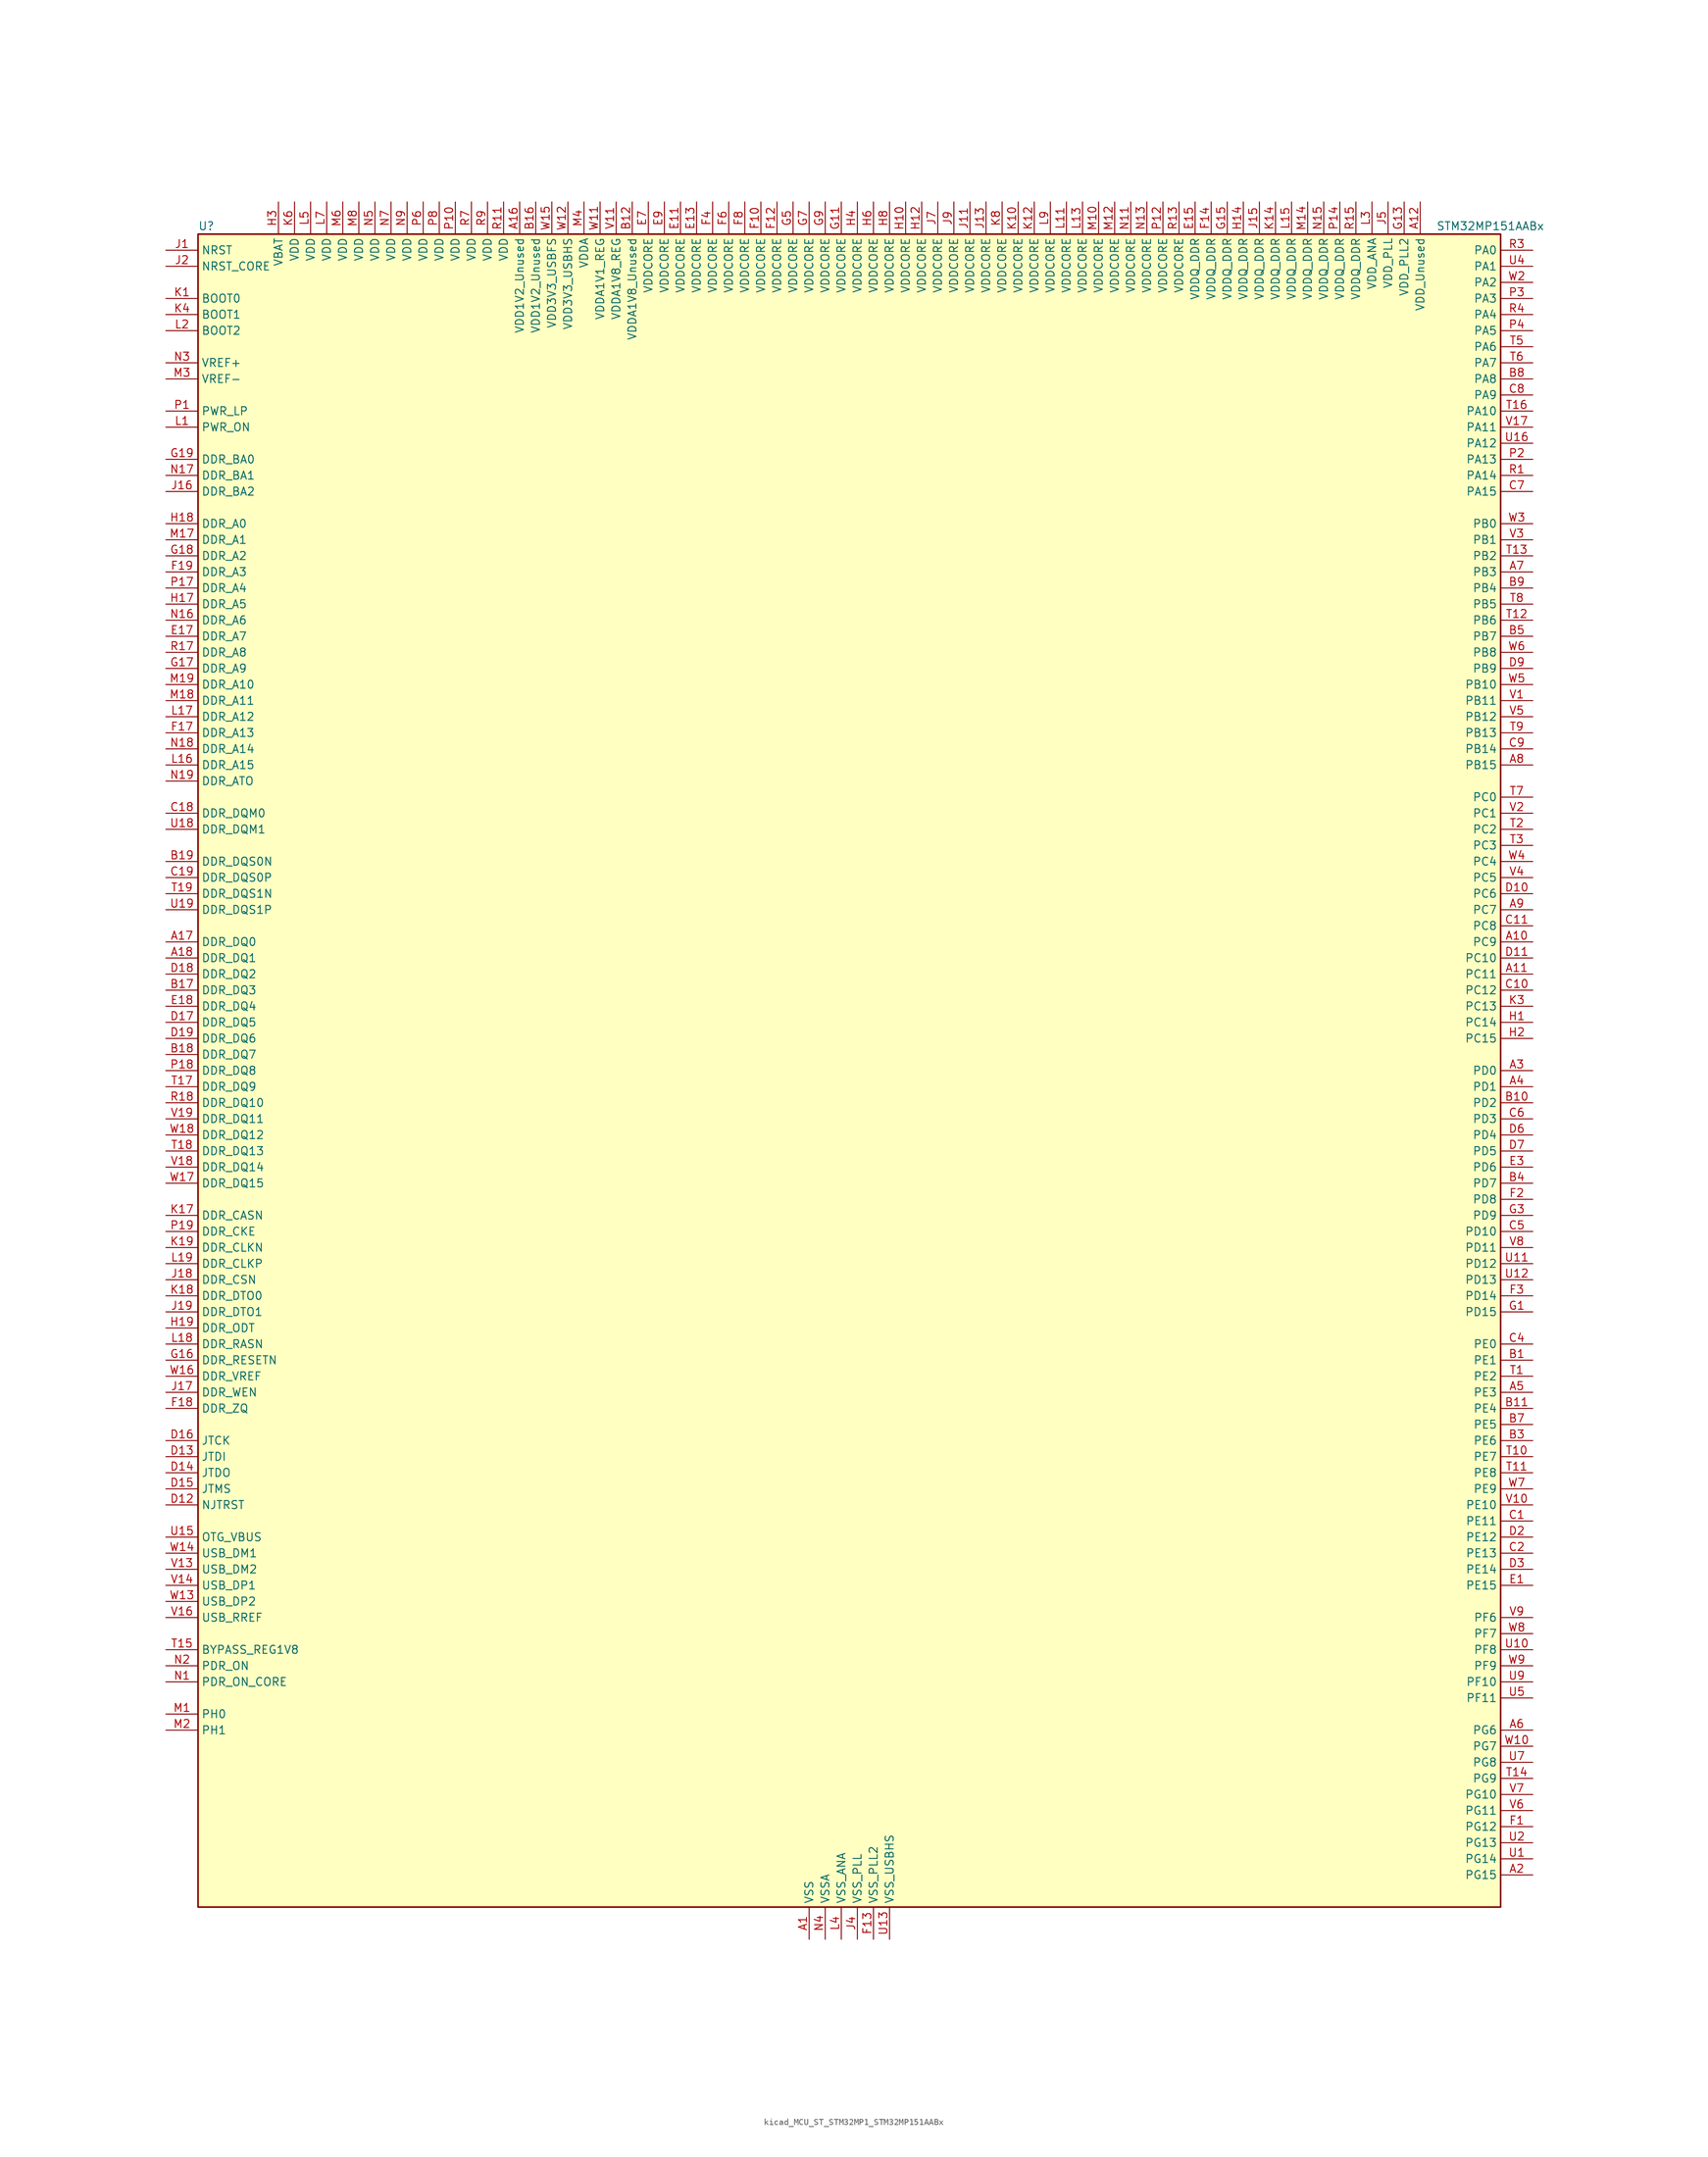
<source format=kicad_sym>
(kicad_symbol_lib
  (version 20220914)
  (generator kicad_symbol_editor)
  (symbol "kicad_MCU_ST_STM32MP1_STM32MP151AABx"
    (property "Reference" "U"
      (at -101.6 133.35 0)
      (effects (font (size 1.27 1.27)) (justify left)))
    (property "Value" "STM32MP151AABx"
      (at 93.98 133.35 0)
      (effects (font (size 1.27 1.27)) (justify left)))
    (property "ki_locked" ""
      (at 0 0 0)
      (effects (font (size 1.27 1.27))))
    (symbol "kicad_MCU_ST_STM32MP1_STM32MP151AABx_0_1"
      (rectangle (start -101.6 -132.08) (end 104.14 132.08) (stroke (width 0.254) (type default)) (fill (type background))))
    (symbol "kicad_MCU_ST_STM32MP1_STM32MP151AABx_1_1"
      (pin power_in line (at -5.08 -137.16 90) (length 5.08) (name "VSS" (effects (font (size 1.27 1.27)))) (number "A1" (effects (font (size 1.27 1.27)))))
      (pin bidirectional line (at 109.22 20.32 180) (length 5.08) (name "PC9" (effects (font (size 1.27 1.27)))) (number "A10" (effects (font (size 1.27 1.27)))) (alternate "DAC1_EXTI9" bidirectional line) (alternate "DCMI_D3" bidirectional line) (alternate "DEBUG_TRACED1" bidirectional line) (alternate "I2C3_SDA" bidirectional line) (alternate "I2S_CKIN" bidirectional line) (alternate "LTDC_B2" bidirectional line) (alternate "QUADSPI_BK1_IO0" bidirectional line) (alternate "SDMMC1_D1" bidirectional line) (alternate "TIM3_CH4" bidirectional line) (alternate "TIM8_CH4" bidirectional line) (alternate "UART5_CTS" bidirectional line))
      (pin bidirectional line (at 109.22 15.24 180) (length 5.08) (name "PC11" (effects (font (size 1.27 1.27)))) (number "A11" (effects (font (size 1.27 1.27)))) (alternate "ADC1_EXTI11" bidirectional line) (alternate "ADC2_EXTI11" bidirectional line) (alternate "DCMI_D4" bidirectional line) (alternate "DEBUG_TRACED3" bidirectional line) (alternate "DFSDM1_DATIN5" bidirectional line) (alternate "I2S3_SDI" bidirectional line) (alternate "QUADSPI_BK2_NCS" bidirectional line) (alternate "SAI4_SCK_B" bidirectional line) (alternate "SDMMC1_D3" bidirectional line) (alternate "SPI3_MISO" bidirectional line) (alternate "UART4_RX" bidirectional line) (alternate "USART3_RX" bidirectional line))
      (pin power_in line (at 91.44 137.16 270) (length 5.08) (name "VDD_Unused" (effects (font (size 1.27 1.27)))) (number "A12" (effects (font (size 1.27 1.27)))))
      (pin no_connect line (at -101.6 -132.08 0) (length 5.08) hide (name "DNU" (effects (font (size 1.27 1.27)))) (number "A13" (effects (font (size 1.27 1.27)))))
      (pin no_connect line (at -101.6 -129.54 0) (length 5.08) hide (name "DNU" (effects (font (size 1.27 1.27)))) (number "A14" (effects (font (size 1.27 1.27)))))
      (pin no_connect line (at -101.6 -127 0) (length 5.08) hide (name "DNU" (effects (font (size 1.27 1.27)))) (number "A15" (effects (font (size 1.27 1.27)))))
      (pin power_in line (at -50.8 137.16 270) (length 5.08) (name "VDD1V2_Unused" (effects (font (size 1.27 1.27)))) (number "A16" (effects (font (size 1.27 1.27)))))
      (pin bidirectional line (at -106.68 20.32 0) (length 5.08) (name "DDR_DQ0" (effects (font (size 1.27 1.27)))) (number "A17" (effects (font (size 1.27 1.27)))) (alternate "DDR_DQ0" bidirectional line))
      (pin bidirectional line (at -106.68 17.78 0) (length 5.08) (name "DDR_DQ1" (effects (font (size 1.27 1.27)))) (number "A18" (effects (font (size 1.27 1.27)))) (alternate "DDR_DQ1" bidirectional line))
      (pin passive line (at -5.08 -137.16 90) (length 5.08) hide (name "VSS" (effects (font (size 1.27 1.27)))) (number "A19" (effects (font (size 1.27 1.27)))))
      (pin bidirectional line (at 109.22 -127 180) (length 5.08) (name "PG15" (effects (font (size 1.27 1.27)))) (number "A2" (effects (font (size 1.27 1.27)))) (alternate "ADC1_EXTI15" bidirectional line) (alternate "ADC2_EXTI15" bidirectional line) (alternate "DCMI_D13" bidirectional line) (alternate "DEBUG_TRACED7" bidirectional line) (alternate "I2C2_SDA" bidirectional line) (alternate "SAI1_D2" bidirectional line) (alternate "SAI1_FS_A" bidirectional line) (alternate "SDMMC3_CK" bidirectional line) (alternate "USART6_CTS" bidirectional line) (alternate "USART6_NSS" bidirectional line))
      (pin bidirectional line (at 109.22 0 180) (length 5.08) (name "PD0" (effects (font (size 1.27 1.27)))) (number "A3" (effects (font (size 1.27 1.27)))) (alternate "DFSDM1_CKIN6" bidirectional line) (alternate "DFSDM1_DATIN7" bidirectional line) (alternate "FMC_D2" bidirectional line) (alternate "FMC_DA2" bidirectional line) (alternate "I2C5_SDA" bidirectional line) (alternate "I2C6_SDA" bidirectional line) (alternate "SAI3_SCK_A" bidirectional line) (alternate "SDMMC3_CMD" bidirectional line) (alternate "UART4_RX" bidirectional line))
      (pin bidirectional line (at 109.22 -2.54 180) (length 5.08) (name "PD1" (effects (font (size 1.27 1.27)))) (number "A4" (effects (font (size 1.27 1.27)))) (alternate "DFSDM1_CKIN7" bidirectional line) (alternate "DFSDM1_DATIN6" bidirectional line) (alternate "FMC_D3" bidirectional line) (alternate "FMC_DA3" bidirectional line) (alternate "I2C5_SCL" bidirectional line) (alternate "I2C6_SCL" bidirectional line) (alternate "SAI3_SD_A" bidirectional line) (alternate "SDMMC3_D0" bidirectional line) (alternate "UART4_TX" bidirectional line))
      (pin bidirectional line (at 109.22 -50.8 180) (length 5.08) (name "PE3" (effects (font (size 1.27 1.27)))) (number "A5" (effects (font (size 1.27 1.27)))) (alternate "DEBUG_TRACED0" bidirectional line) (alternate "FMC_A19" bidirectional line) (alternate "SAI1_SD_B" bidirectional line) (alternate "SDMMC2_CK" bidirectional line) (alternate "TIM15_BKIN" bidirectional line))
      (pin bidirectional line (at 109.22 -104.14 180) (length 5.08) (name "PG6" (effects (font (size 1.27 1.27)))) (number "A6" (effects (font (size 1.27 1.27)))) (alternate "DCMI_D12" bidirectional line) (alternate "DEBUG_TRACED14" bidirectional line) (alternate "LTDC_R7" bidirectional line) (alternate "SDMMC2_CMD" bidirectional line) (alternate "TIM17_BKIN" bidirectional line))
      (pin bidirectional line (at 109.22 78.74 180) (length 5.08) (name "PB3" (effects (font (size 1.27 1.27)))) (number "A7" (effects (font (size 1.27 1.27)))) (alternate "DEBUG_TRACED9" bidirectional line) (alternate "I2S1_CK" bidirectional line) (alternate "I2S3_CK" bidirectional line) (alternate "SAI4_CK1" bidirectional line) (alternate "SAI4_MCLK_A" bidirectional line) (alternate "SDMMC2_D2" bidirectional line) (alternate "SPI1_SCK" bidirectional line) (alternate "SPI3_SCK" bidirectional line) (alternate "SPI6_SCK" bidirectional line) (alternate "TIM2_CH2" bidirectional line) (alternate "UART7_RX" bidirectional line))
      (pin bidirectional line (at 109.22 48.26 180) (length 5.08) (name "PB15" (effects (font (size 1.27 1.27)))) (number "A8" (effects (font (size 1.27 1.27)))) (alternate "ADC1_EXTI15" bidirectional line) (alternate "ADC2_EXTI15" bidirectional line) (alternate "DFSDM1_CKIN2" bidirectional line) (alternate "I2S2_SDO" bidirectional line) (alternate "RTC_REFIN" bidirectional line) (alternate "SDMMC2_D1" bidirectional line) (alternate "SPI2_MOSI" bidirectional line) (alternate "TIM12_CH2" bidirectional line) (alternate "TIM1_CH3N" bidirectional line) (alternate "TIM8_CH3N" bidirectional line) (alternate "USART1_RX" bidirectional line))
      (pin bidirectional line (at 109.22 25.4 180) (length 5.08) (name "PC7" (effects (font (size 1.27 1.27)))) (number "A9" (effects (font (size 1.27 1.27)))) (alternate "DCMI_D1" bidirectional line) (alternate "DFSDM1_DATIN3" bidirectional line) (alternate "HDP_HDP4" bidirectional line) (alternate "I2S3_MCK" bidirectional line) (alternate "LTDC_G6" bidirectional line) (alternate "SDMMC1_D123DIR" bidirectional line) (alternate "SDMMC1_D7" bidirectional line) (alternate "SDMMC2_D123DIR" bidirectional line) (alternate "SDMMC2_D7" bidirectional line) (alternate "TIM3_CH2" bidirectional line) (alternate "TIM8_CH2" bidirectional line) (alternate "USART6_RX" bidirectional line))
      (pin bidirectional line (at 109.22 -45.72 180) (length 5.08) (name "PE1" (effects (font (size 1.27 1.27)))) (number "B1" (effects (font (size 1.27 1.27)))) (alternate "DCMI_D3" bidirectional line) (alternate "FMC_NBL1" bidirectional line) (alternate "I2S2_MCK" bidirectional line) (alternate "LPTIM1_IN2" bidirectional line) (alternate "SAI3_SD_B" bidirectional line) (alternate "UART8_TX" bidirectional line))
      (pin bidirectional line (at 109.22 -5.08 180) (length 5.08) (name "PD2" (effects (font (size 1.27 1.27)))) (number "B10" (effects (font (size 1.27 1.27)))) (alternate "DCMI_D11" bidirectional line) (alternate "I2C5_SMBA" bidirectional line) (alternate "SDMMC1_CMD" bidirectional line) (alternate "TIM3_ETR" bidirectional line) (alternate "UART4_RX" bidirectional line) (alternate "UART5_RX" bidirectional line))
      (pin bidirectional line (at 109.22 -53.34 180) (length 5.08) (name "PE4" (effects (font (size 1.27 1.27)))) (number "B11" (effects (font (size 1.27 1.27)))) (alternate "DCMI_D4" bidirectional line) (alternate "DEBUG_TRACED1" bidirectional line) (alternate "DFSDM1_DATIN3" bidirectional line) (alternate "FMC_A20" bidirectional line) (alternate "LTDC_B0" bidirectional line) (alternate "SAI1_D2" bidirectional line) (alternate "SAI1_FS_A" bidirectional line) (alternate "SDMMC1_CKIN" bidirectional line) (alternate "SDMMC1_D4" bidirectional line) (alternate "SDMMC2_CKIN" bidirectional line) (alternate "SDMMC2_D4" bidirectional line) (alternate "SPI4_NSS" bidirectional line) (alternate "TIM15_CH1N" bidirectional line))
      (pin power_in line (at -33.02 137.16 270) (length 5.08) (name "VDDA1V8_Unused" (effects (font (size 1.27 1.27)))) (number "B12" (effects (font (size 1.27 1.27)))))
      (pin no_connect line (at -101.6 -124.46 0) (length 5.08) hide (name "DNU" (effects (font (size 1.27 1.27)))) (number "B13" (effects (font (size 1.27 1.27)))))
      (pin no_connect line (at -101.6 -121.92 0) (length 5.08) hide (name "DNU" (effects (font (size 1.27 1.27)))) (number "B14" (effects (font (size 1.27 1.27)))))
      (pin no_connect line (at -101.6 -119.38 0) (length 5.08) hide (name "DNU" (effects (font (size 1.27 1.27)))) (number "B15" (effects (font (size 1.27 1.27)))))
      (pin power_in line (at -48.26 137.16 270) (length 5.08) (name "VDD1V2_Unused" (effects (font (size 1.27 1.27)))) (number "B16" (effects (font (size 1.27 1.27)))))
      (pin bidirectional line (at -106.68 12.7 0) (length 5.08) (name "DDR_DQ3" (effects (font (size 1.27 1.27)))) (number "B17" (effects (font (size 1.27 1.27)))) (alternate "DDR_DQ3" bidirectional line))
      (pin bidirectional line (at -106.68 2.54 0) (length 5.08) (name "DDR_DQ7" (effects (font (size 1.27 1.27)))) (number "B18" (effects (font (size 1.27 1.27)))) (alternate "DDR_DQ7" bidirectional line))
      (pin bidirectional line (at -106.68 33.02 0) (length 5.08) (name "DDR_DQS0N" (effects (font (size 1.27 1.27)))) (number "B19" (effects (font (size 1.27 1.27)))) (alternate "DDR_DQS0N" bidirectional line))
      (pin passive line (at -5.08 -137.16 90) (length 5.08) hide (name "VSS" (effects (font (size 1.27 1.27)))) (number "B2" (effects (font (size 1.27 1.27)))))
      (pin bidirectional line (at 109.22 -58.42 180) (length 5.08) (name "PE6" (effects (font (size 1.27 1.27)))) (number "B3" (effects (font (size 1.27 1.27)))) (alternate "DCMI_D7" bidirectional line) (alternate "DEBUG_TRACED2" bidirectional line) (alternate "FMC_A22" bidirectional line) (alternate "LTDC_G1" bidirectional line) (alternate "SAI1_D1" bidirectional line) (alternate "SAI1_SD_A" bidirectional line) (alternate "SAI2_MCLK_B" bidirectional line) (alternate "SDMMC1_D2" bidirectional line) (alternate "SDMMC2_D0" bidirectional line) (alternate "SPI4_MOSI" bidirectional line) (alternate "TIM15_CH2" bidirectional line) (alternate "TIM1_BKIN2" bidirectional line))
      (pin bidirectional line (at 109.22 -17.78 180) (length 5.08) (name "PD7" (effects (font (size 1.27 1.27)))) (number "B4" (effects (font (size 1.27 1.27)))) (alternate "DEBUG_TRACED6" bidirectional line) (alternate "DFSDM1_CKIN1" bidirectional line) (alternate "DFSDM1_DATIN4" bidirectional line) (alternate "FMC_NE1" bidirectional line) (alternate "I2C2_SCL" bidirectional line) (alternate "SDMMC3_D3" bidirectional line) (alternate "SPDIFRX_IN0" bidirectional line) (alternate "USART2_CK" bidirectional line))
      (pin bidirectional line (at 109.22 68.58 180) (length 5.08) (name "PB7" (effects (font (size 1.27 1.27)))) (number "B5" (effects (font (size 1.27 1.27)))) (alternate "DCMI_VSYNC" bidirectional line) (alternate "DFSDM1_CKIN5" bidirectional line) (alternate "FMC_NL" bidirectional line) (alternate "I2C1_SDA" bidirectional line) (alternate "I2C4_SDA" bidirectional line) (alternate "SDMMC2_D1" bidirectional line) (alternate "TIM17_CH1N" bidirectional line) (alternate "TIM4_CH2" bidirectional line) (alternate "USART1_RX" bidirectional line))
      (pin passive line (at -5.08 -137.16 90) (length 5.08) hide (name "VSS" (effects (font (size 1.27 1.27)))) (number "B6" (effects (font (size 1.27 1.27)))))
      (pin bidirectional line (at 109.22 -55.88 180) (length 5.08) (name "PE5" (effects (font (size 1.27 1.27)))) (number "B7" (effects (font (size 1.27 1.27)))) (alternate "DCMI_D6" bidirectional line) (alternate "DEBUG_TRACED3" bidirectional line) (alternate "DFSDM1_CKIN3" bidirectional line) (alternate "FMC_A21" bidirectional line) (alternate "LTDC_G0" bidirectional line) (alternate "SAI1_CK2" bidirectional line) (alternate "SAI1_SCK_A" bidirectional line) (alternate "SDMMC1_D0DIR" bidirectional line) (alternate "SDMMC1_D6" bidirectional line) (alternate "SDMMC2_D0DIR" bidirectional line) (alternate "SDMMC2_D6" bidirectional line) (alternate "SPI4_MISO" bidirectional line) (alternate "TIM15_CH1" bidirectional line))
      (pin bidirectional line (at 109.22 109.22 180) (length 5.08) (name "PA8" (effects (font (size 1.27 1.27)))) (number "B8" (effects (font (size 1.27 1.27)))) (alternate "I2C3_SCL" bidirectional line) (alternate "I2S3_SDO" bidirectional line) (alternate "LTDC_R6" bidirectional line) (alternate "RCC_MCO_1" bidirectional line) (alternate "SAI4_SD_B" bidirectional line) (alternate "SDMMC2_CKIN" bidirectional line) (alternate "SDMMC2_D4" bidirectional line) (alternate "SPI3_MOSI" bidirectional line) (alternate "TIM1_CH1" bidirectional line) (alternate "TIM8_BKIN2" bidirectional line) (alternate "UART7_RX" bidirectional line) (alternate "USART1_CK" bidirectional line) (alternate "USB_OTG_HS_SOF" bidirectional line))
      (pin bidirectional line (at 109.22 76.2 180) (length 5.08) (name "PB4" (effects (font (size 1.27 1.27)))) (number "B9" (effects (font (size 1.27 1.27)))) (alternate "DEBUG_TRACED8" bidirectional line) (alternate "I2S1_SDI" bidirectional line) (alternate "I2S2_WS" bidirectional line) (alternate "I2S3_SDI" bidirectional line) (alternate "SAI4_CK2" bidirectional line) (alternate "SAI4_SCK_A" bidirectional line) (alternate "SDMMC2_D3" bidirectional line) (alternate "SPI1_MISO" bidirectional line) (alternate "SPI2_NSS" bidirectional line) (alternate "SPI3_MISO" bidirectional line) (alternate "SPI6_MISO" bidirectional line) (alternate "TIM16_BKIN" bidirectional line) (alternate "TIM3_CH1" bidirectional line) (alternate "UART7_TX" bidirectional line))
      (pin bidirectional line (at 109.22 -71.12 180) (length 5.08) (name "PE11" (effects (font (size 1.27 1.27)))) (number "C1" (effects (font (size 1.27 1.27)))) (alternate "ADC1_EXTI11" bidirectional line) (alternate "ADC2_EXTI11" bidirectional line) (alternate "DCMI_D4" bidirectional line) (alternate "DFSDM1_CKIN4" bidirectional line) (alternate "FMC_D8" bidirectional line) (alternate "FMC_DA8" bidirectional line) (alternate "LTDC_G3" bidirectional line) (alternate "SAI2_SD_B" bidirectional line) (alternate "SPI4_NSS" bidirectional line) (alternate "TIM1_CH2" bidirectional line) (alternate "USART6_CK" bidirectional line))
      (pin bidirectional line (at 109.22 12.7 180) (length 5.08) (name "PC12" (effects (font (size 1.27 1.27)))) (number "C10" (effects (font (size 1.27 1.27)))) (alternate "DCMI_D9" bidirectional line) (alternate "DEBUG_TRACECLK" bidirectional line) (alternate "I2S3_SDO" bidirectional line) (alternate "RCC_MCO_2" bidirectional line) (alternate "SAI4_D3" bidirectional line) (alternate "SAI4_SD_B" bidirectional line) (alternate "SDMMC1_CK" bidirectional line) (alternate "SPI3_MOSI" bidirectional line) (alternate "UART5_TX" bidirectional line) (alternate "USART3_CK" bidirectional line))
      (pin bidirectional line (at 109.22 22.86 180) (length 5.08) (name "PC8" (effects (font (size 1.27 1.27)))) (number "C11" (effects (font (size 1.27 1.27)))) (alternate "DCMI_D2" bidirectional line) (alternate "DEBUG_TRACED0" bidirectional line) (alternate "SDMMC1_D0" bidirectional line) (alternate "TIM3_CH3" bidirectional line) (alternate "TIM8_CH3" bidirectional line) (alternate "UART4_TX" bidirectional line) (alternate "UART5_DE" bidirectional line) (alternate "UART5_RTS" bidirectional line) (alternate "USART6_CK" bidirectional line))
      (pin passive line (at -5.08 -137.16 90) (length 5.08) hide (name "VSS" (effects (font (size 1.27 1.27)))) (number "C12" (effects (font (size 1.27 1.27)))))
      (pin passive line (at -5.08 -137.16 90) (length 5.08) hide (name "VSS" (effects (font (size 1.27 1.27)))) (number "C13" (effects (font (size 1.27 1.27)))))
      (pin passive line (at -5.08 -137.16 90) (length 5.08) hide (name "VSS" (effects (font (size 1.27 1.27)))) (number "C14" (effects (font (size 1.27 1.27)))))
      (pin passive line (at -5.08 -137.16 90) (length 5.08) hide (name "VSS" (effects (font (size 1.27 1.27)))) (number "C15" (effects (font (size 1.27 1.27)))))
      (pin passive line (at -5.08 -137.16 90) (length 5.08) hide (name "VSS" (effects (font (size 1.27 1.27)))) (number "C16" (effects (font (size 1.27 1.27)))))
      (pin passive line (at -5.08 -137.16 90) (length 5.08) hide (name "VSS" (effects (font (size 1.27 1.27)))) (number "C17" (effects (font (size 1.27 1.27)))))
      (pin bidirectional line (at -106.68 40.64 0) (length 5.08) (name "DDR_DQM0" (effects (font (size 1.27 1.27)))) (number "C18" (effects (font (size 1.27 1.27)))) (alternate "DDR_DQM0" bidirectional line))
      (pin bidirectional line (at -106.68 30.48 0) (length 5.08) (name "DDR_DQS0P" (effects (font (size 1.27 1.27)))) (number "C19" (effects (font (size 1.27 1.27)))) (alternate "DDR_DQS0P" bidirectional line))
      (pin bidirectional line (at 109.22 -76.2 180) (length 5.08) (name "PE13" (effects (font (size 1.27 1.27)))) (number "C2" (effects (font (size 1.27 1.27)))) (alternate "DCMI_D6" bidirectional line) (alternate "DFSDM1_CKIN5" bidirectional line) (alternate "FMC_D10" bidirectional line) (alternate "FMC_DA10" bidirectional line) (alternate "HDP_HDP2" bidirectional line) (alternate "LTDC_DE" bidirectional line) (alternate "SAI2_FS_B" bidirectional line) (alternate "SPI4_MISO" bidirectional line) (alternate "TIM1_CH3" bidirectional line))
      (pin passive line (at -5.08 -137.16 90) (length 5.08) hide (name "VSS" (effects (font (size 1.27 1.27)))) (number "C3" (effects (font (size 1.27 1.27)))))
      (pin bidirectional line (at 109.22 -43.18 180) (length 5.08) (name "PE0" (effects (font (size 1.27 1.27)))) (number "C4" (effects (font (size 1.27 1.27)))) (alternate "DCMI_D2" bidirectional line) (alternate "FMC_NBL0" bidirectional line) (alternate "I2S3_CK" bidirectional line) (alternate "LPTIM1_ETR" bidirectional line) (alternate "LPTIM2_ETR" bidirectional line) (alternate "SAI2_MCLK_A" bidirectional line) (alternate "SAI4_MCLK_B" bidirectional line) (alternate "SPI3_SCK" bidirectional line) (alternate "TIM4_ETR" bidirectional line) (alternate "UART8_RX" bidirectional line))
      (pin bidirectional line (at 109.22 -25.4 180) (length 5.08) (name "PD10" (effects (font (size 1.27 1.27)))) (number "C5" (effects (font (size 1.27 1.27)))) (alternate "DFSDM1_CKOUT" bidirectional line) (alternate "FMC_D15" bidirectional line) (alternate "FMC_DA15" bidirectional line) (alternate "I2C5_SMBA" bidirectional line) (alternate "I2S3_SDI" bidirectional line) (alternate "LTDC_B3" bidirectional line) (alternate "RTC_REFIN" bidirectional line) (alternate "SAI3_FS_B" bidirectional line) (alternate "SPI3_MISO" bidirectional line) (alternate "TIM16_BKIN" bidirectional line) (alternate "USART3_CK" bidirectional line))
      (pin bidirectional line (at 109.22 -7.62 180) (length 5.08) (name "PD3" (effects (font (size 1.27 1.27)))) (number "C6" (effects (font (size 1.27 1.27)))) (alternate "DCMI_D5" bidirectional line) (alternate "DFSDM1_CKOUT" bidirectional line) (alternate "DFSDM1_DATIN0" bidirectional line) (alternate "FMC_CLK" bidirectional line) (alternate "HDP_HDP5" bidirectional line) (alternate "I2S2_CK" bidirectional line) (alternate "LTDC_G7" bidirectional line) (alternate "SDMMC1_D123DIR" bidirectional line) (alternate "SDMMC1_D7" bidirectional line) (alternate "SDMMC2_D123DIR" bidirectional line) (alternate "SDMMC2_D7" bidirectional line) (alternate "SPI2_SCK" bidirectional line) (alternate "USART2_CTS" bidirectional line) (alternate "USART2_NSS" bidirectional line))
      (pin bidirectional line (at 109.22 91.44 180) (length 5.08) (name "PA15" (effects (font (size 1.27 1.27)))) (number "C7" (effects (font (size 1.27 1.27)))) (alternate "ADC1_EXTI15" bidirectional line) (alternate "ADC2_EXTI15" bidirectional line) (alternate "CEC" bidirectional line) (alternate "DEBUG_DBTRGI" bidirectional line) (alternate "I2S1_WS" bidirectional line) (alternate "I2S3_WS" bidirectional line) (alternate "LTDC_R1" bidirectional line) (alternate "SAI4_D2" bidirectional line) (alternate "SAI4_FS_A" bidirectional line) (alternate "SDMMC1_CDIR" bidirectional line) (alternate "SDMMC1_D5" bidirectional line) (alternate "SDMMC2_CDIR" bidirectional line) (alternate "SDMMC2_D5" bidirectional line) (alternate "SPI1_NSS" bidirectional line) (alternate "SPI3_NSS" bidirectional line) (alternate "SPI6_NSS" bidirectional line) (alternate "TIM2_CH1" bidirectional line) (alternate "TIM2_ETR" bidirectional line) (alternate "UART4_DE" bidirectional line) (alternate "UART4_RTS" bidirectional line) (alternate "UART7_TX" bidirectional line))
      (pin bidirectional line (at 109.22 106.68 180) (length 5.08) (name "PA9" (effects (font (size 1.27 1.27)))) (number "C8" (effects (font (size 1.27 1.27)))) (alternate "DAC1_EXTI9" bidirectional line) (alternate "DCMI_D0" bidirectional line) (alternate "I2C3_SMBA" bidirectional line) (alternate "I2S2_CK" bidirectional line) (alternate "LTDC_R5" bidirectional line) (alternate "SDMMC2_CDIR" bidirectional line) (alternate "SDMMC2_D5" bidirectional line) (alternate "SPI2_SCK" bidirectional line) (alternate "TIM1_CH2" bidirectional line) (alternate "USART1_TX" bidirectional line))
      (pin bidirectional line (at 109.22 50.8 180) (length 5.08) (name "PB14" (effects (font (size 1.27 1.27)))) (number "C9" (effects (font (size 1.27 1.27)))) (alternate "DFSDM1_DATIN2" bidirectional line) (alternate "I2S2_SDI" bidirectional line) (alternate "SDMMC2_D0" bidirectional line) (alternate "SPI2_MISO" bidirectional line) (alternate "TIM12_CH1" bidirectional line) (alternate "TIM1_CH2N" bidirectional line) (alternate "TIM8_CH2N" bidirectional line) (alternate "USART1_TX" bidirectional line) (alternate "USART3_DE" bidirectional line) (alternate "USART3_RTS" bidirectional line))
      (pin passive line (at -5.08 -137.16 90) (length 5.08) hide (name "VSS" (effects (font (size 1.27 1.27)))) (number "D1" (effects (font (size 1.27 1.27)))))
      (pin bidirectional line (at 109.22 27.94 180) (length 5.08) (name "PC6" (effects (font (size 1.27 1.27)))) (number "D10" (effects (font (size 1.27 1.27)))) (alternate "DCMI_D0" bidirectional line) (alternate "DFSDM1_CKIN3" bidirectional line) (alternate "HDP_HDP1" bidirectional line) (alternate "I2S2_MCK" bidirectional line) (alternate "LTDC_HSYNC" bidirectional line) (alternate "SDMMC1_D0DIR" bidirectional line) (alternate "SDMMC1_D6" bidirectional line) (alternate "SDMMC2_D0DIR" bidirectional line) (alternate "SDMMC2_D6" bidirectional line) (alternate "TIM3_CH1" bidirectional line) (alternate "TIM8_CH1" bidirectional line) (alternate "USART6_TX" bidirectional line))
      (pin bidirectional line (at 109.22 17.78 180) (length 5.08) (name "PC10" (effects (font (size 1.27 1.27)))) (number "D11" (effects (font (size 1.27 1.27)))) (alternate "DCMI_D8" bidirectional line) (alternate "DEBUG_TRACED2" bidirectional line) (alternate "DFSDM1_CKIN5" bidirectional line) (alternate "I2S3_CK" bidirectional line) (alternate "LTDC_R2" bidirectional line) (alternate "QUADSPI_BK1_IO1" bidirectional line) (alternate "SAI4_MCLK_B" bidirectional line) (alternate "SDMMC1_D2" bidirectional line) (alternate "SPI3_SCK" bidirectional line) (alternate "UART4_TX" bidirectional line) (alternate "USART3_TX" bidirectional line))
      (pin bidirectional line (at -106.68 -68.58 0) (length 5.08) (name "NJTRST" (effects (font (size 1.27 1.27)))) (number "D12" (effects (font (size 1.27 1.27)))) (alternate "DEBUG_JTRST" bidirectional line))
      (pin bidirectional line (at -106.68 -60.96 0) (length 5.08) (name "JTDI" (effects (font (size 1.27 1.27)))) (number "D13" (effects (font (size 1.27 1.27)))) (alternate "DEBUG_JTDI" bidirectional line))
      (pin bidirectional line (at -106.68 -63.5 0) (length 5.08) (name "JTDO" (effects (font (size 1.27 1.27)))) (number "D14" (effects (font (size 1.27 1.27)))) (alternate "DEBUG_JTDO-SWO" bidirectional line))
      (pin bidirectional line (at -106.68 -66.04 0) (length 5.08) (name "JTMS" (effects (font (size 1.27 1.27)))) (number "D15" (effects (font (size 1.27 1.27)))) (alternate "DEBUG_JTMS-SWDIO" bidirectional line))
      (pin bidirectional line (at -106.68 -58.42 0) (length 5.08) (name "JTCK" (effects (font (size 1.27 1.27)))) (number "D16" (effects (font (size 1.27 1.27)))) (alternate "DEBUG_JTCK-SWCLK" bidirectional line))
      (pin bidirectional line (at -106.68 7.62 0) (length 5.08) (name "DDR_DQ5" (effects (font (size 1.27 1.27)))) (number "D17" (effects (font (size 1.27 1.27)))) (alternate "DDR_DQ5" bidirectional line))
      (pin bidirectional line (at -106.68 15.24 0) (length 5.08) (name "DDR_DQ2" (effects (font (size 1.27 1.27)))) (number "D18" (effects (font (size 1.27 1.27)))) (alternate "DDR_DQ2" bidirectional line))
      (pin bidirectional line (at -106.68 5.08 0) (length 5.08) (name "DDR_DQ6" (effects (font (size 1.27 1.27)))) (number "D19" (effects (font (size 1.27 1.27)))) (alternate "DDR_DQ6" bidirectional line))
      (pin bidirectional line (at 109.22 -73.66 180) (length 5.08) (name "PE12" (effects (font (size 1.27 1.27)))) (number "D2" (effects (font (size 1.27 1.27)))) (alternate "DFSDM1_DATIN5" bidirectional line) (alternate "FMC_D9" bidirectional line) (alternate "FMC_DA9" bidirectional line) (alternate "LTDC_B4" bidirectional line) (alternate "SAI2_SCK_B" bidirectional line) (alternate "SDMMC1_D0DIR" bidirectional line) (alternate "SPI4_SCK" bidirectional line) (alternate "TIM1_CH3N" bidirectional line))
      (pin bidirectional line (at 109.22 -78.74 180) (length 5.08) (name "PE14" (effects (font (size 1.27 1.27)))) (number "D3" (effects (font (size 1.27 1.27)))) (alternate "FMC_D11" bidirectional line) (alternate "FMC_DA11" bidirectional line) (alternate "LTDC_CLK" bidirectional line) (alternate "LTDC_G0" bidirectional line) (alternate "SAI2_MCLK_B" bidirectional line) (alternate "SDMMC1_D123DIR" bidirectional line) (alternate "SPI4_MOSI" bidirectional line) (alternate "TIM1_CH4" bidirectional line) (alternate "UART8_DE" bidirectional line) (alternate "UART8_RTS" bidirectional line))
      (pin passive line (at -5.08 -137.16 90) (length 5.08) hide (name "VSS" (effects (font (size 1.27 1.27)))) (number "D4" (effects (font (size 1.27 1.27)))))
      (pin passive line (at -5.08 -137.16 90) (length 5.08) hide (name "VSS" (effects (font (size 1.27 1.27)))) (number "D5" (effects (font (size 1.27 1.27)))))
      (pin bidirectional line (at 109.22 -10.16 180) (length 5.08) (name "PD4" (effects (font (size 1.27 1.27)))) (number "D6" (effects (font (size 1.27 1.27)))) (alternate "DFSDM1_CKIN0" bidirectional line) (alternate "FMC_NOE" bidirectional line) (alternate "SAI3_FS_A" bidirectional line) (alternate "SDMMC3_D1" bidirectional line) (alternate "USART2_DE" bidirectional line) (alternate "USART2_RTS" bidirectional line))
      (pin bidirectional line (at 109.22 -12.7 180) (length 5.08) (name "PD5" (effects (font (size 1.27 1.27)))) (number "D7" (effects (font (size 1.27 1.27)))) (alternate "FMC_NWE" bidirectional line) (alternate "SDMMC3_D2" bidirectional line) (alternate "USART2_TX" bidirectional line))
      (pin passive line (at -5.08 -137.16 90) (length 5.08) hide (name "VSS" (effects (font (size 1.27 1.27)))) (number "D8" (effects (font (size 1.27 1.27)))))
      (pin bidirectional line (at 109.22 63.5 180) (length 5.08) (name "PB9" (effects (font (size 1.27 1.27)))) (number "D9" (effects (font (size 1.27 1.27)))) (alternate "DAC1_EXTI9" bidirectional line) (alternate "DCMI_D7" bidirectional line) (alternate "DFSDM1_DATIN7" bidirectional line) (alternate "HDP_HDP7" bidirectional line) (alternate "I2C1_SDA" bidirectional line) (alternate "I2C4_SDA" bidirectional line) (alternate "I2S2_WS" bidirectional line) (alternate "LTDC_B7" bidirectional line) (alternate "SDMMC1_CDIR" bidirectional line) (alternate "SDMMC1_D5" bidirectional line) (alternate "SDMMC2_CDIR" bidirectional line) (alternate "SDMMC2_D5" bidirectional line) (alternate "SPI2_NSS" bidirectional line) (alternate "TIM17_CH1" bidirectional line) (alternate "TIM4_CH4" bidirectional line) (alternate "UART4_TX" bidirectional line))
      (pin bidirectional line (at 109.22 -81.28 180) (length 5.08) (name "PE15" (effects (font (size 1.27 1.27)))) (number "E1" (effects (font (size 1.27 1.27)))) (alternate "ADC1_EXTI15" bidirectional line) (alternate "ADC2_EXTI15" bidirectional line) (alternate "FMC_D12" bidirectional line) (alternate "FMC_DA12" bidirectional line) (alternate "FMC_NCE2" bidirectional line) (alternate "HDP_HDP3" bidirectional line) (alternate "LTDC_R7" bidirectional line) (alternate "TIM15_BKIN" bidirectional line) (alternate "TIM1_BKIN" bidirectional line) (alternate "UART8_CTS" bidirectional line) (alternate "USART2_CTS" bidirectional line) (alternate "USART2_NSS" bidirectional line))
      (pin passive line (at -5.08 -137.16 90) (length 5.08) hide (name "VSS" (effects (font (size 1.27 1.27)))) (number "E10" (effects (font (size 1.27 1.27)))))
      (pin power_in line (at -25.4 137.16 270) (length 5.08) (name "VDDCORE" (effects (font (size 1.27 1.27)))) (number "E11" (effects (font (size 1.27 1.27)))))
      (pin passive line (at -5.08 -137.16 90) (length 5.08) hide (name "VSS" (effects (font (size 1.27 1.27)))) (number "E12" (effects (font (size 1.27 1.27)))))
      (pin power_in line (at -22.86 137.16 270) (length 5.08) (name "VDDCORE" (effects (font (size 1.27 1.27)))) (number "E13" (effects (font (size 1.27 1.27)))))
      (pin passive line (at -5.08 -137.16 90) (length 5.08) hide (name "VSS" (effects (font (size 1.27 1.27)))) (number "E14" (effects (font (size 1.27 1.27)))))
      (pin power_in line (at 55.88 137.16 270) (length 5.08) (name "VDDQ_DDR" (effects (font (size 1.27 1.27)))) (number "E15" (effects (font (size 1.27 1.27)))))
      (pin passive line (at -5.08 -137.16 90) (length 5.08) hide (name "VSS" (effects (font (size 1.27 1.27)))) (number "E16" (effects (font (size 1.27 1.27)))))
      (pin bidirectional line (at -106.68 68.58 0) (length 5.08) (name "DDR_A7" (effects (font (size 1.27 1.27)))) (number "E17" (effects (font (size 1.27 1.27)))) (alternate "DDR_A7" bidirectional line))
      (pin bidirectional line (at -106.68 10.16 0) (length 5.08) (name "DDR_DQ4" (effects (font (size 1.27 1.27)))) (number "E18" (effects (font (size 1.27 1.27)))) (alternate "DDR_DQ4" bidirectional line))
      (pin passive line (at -5.08 -137.16 90) (length 5.08) hide (name "VSS" (effects (font (size 1.27 1.27)))) (number "E2" (effects (font (size 1.27 1.27)))))
      (pin bidirectional line (at 109.22 -15.24 180) (length 5.08) (name "PD6" (effects (font (size 1.27 1.27)))) (number "E3" (effects (font (size 1.27 1.27)))) (alternate "DCMI_D10" bidirectional line) (alternate "DFSDM1_CKIN4" bidirectional line) (alternate "DFSDM1_DATIN1" bidirectional line) (alternate "FMC_NWAIT" bidirectional line) (alternate "I2S3_SDO" bidirectional line) (alternate "LTDC_B2" bidirectional line) (alternate "SAI1_D1" bidirectional line) (alternate "SAI1_SD_A" bidirectional line) (alternate "SPI3_MOSI" bidirectional line) (alternate "TIM16_CH1N" bidirectional line) (alternate "USART2_RX" bidirectional line))
      (pin passive line (at -5.08 -137.16 90) (length 5.08) hide (name "VSS" (effects (font (size 1.27 1.27)))) (number "E4" (effects (font (size 1.27 1.27)))))
      (pin passive line (at -5.08 -137.16 90) (length 5.08) hide (name "VSS" (effects (font (size 1.27 1.27)))) (number "E5" (effects (font (size 1.27 1.27)))))
      (pin passive line (at -5.08 -137.16 90) (length 5.08) hide (name "VSS" (effects (font (size 1.27 1.27)))) (number "E6" (effects (font (size 1.27 1.27)))))
      (pin power_in line (at -30.48 137.16 270) (length 5.08) (name "VDDCORE" (effects (font (size 1.27 1.27)))) (number "E7" (effects (font (size 1.27 1.27)))))
      (pin passive line (at -5.08 -137.16 90) (length 5.08) hide (name "VSS" (effects (font (size 1.27 1.27)))) (number "E8" (effects (font (size 1.27 1.27)))))
      (pin power_in line (at -27.94 137.16 270) (length 5.08) (name "VDDCORE" (effects (font (size 1.27 1.27)))) (number "E9" (effects (font (size 1.27 1.27)))))
      (pin bidirectional line (at 109.22 -119.38 180) (length 5.08) (name "PG12" (effects (font (size 1.27 1.27)))) (number "F1" (effects (font (size 1.27 1.27)))) (alternate "ETH1_PHY_INTN" bidirectional line) (alternate "FMC_NE4" bidirectional line) (alternate "LPTIM1_IN1" bidirectional line) (alternate "LTDC_B1" bidirectional line) (alternate "LTDC_B4" bidirectional line) (alternate "SAI4_CK2" bidirectional line) (alternate "SAI4_SCK_A" bidirectional line) (alternate "SPDIFRX_IN1" bidirectional line) (alternate "SPI6_MISO" bidirectional line) (alternate "USART6_DE" bidirectional line) (alternate "USART6_RTS" bidirectional line))
      (pin power_in line (at -12.7 137.16 270) (length 5.08) (name "VDDCORE" (effects (font (size 1.27 1.27)))) (number "F10" (effects (font (size 1.27 1.27)))))
      (pin passive line (at -5.08 -137.16 90) (length 5.08) hide (name "VSS" (effects (font (size 1.27 1.27)))) (number "F11" (effects (font (size 1.27 1.27)))))
      (pin power_in line (at -10.16 137.16 270) (length 5.08) (name "VDDCORE" (effects (font (size 1.27 1.27)))) (number "F12" (effects (font (size 1.27 1.27)))))
      (pin power_in line (at 5.08 -137.16 90) (length 5.08) (name "VSS_PLL2" (effects (font (size 1.27 1.27)))) (number "F13" (effects (font (size 1.27 1.27)))))
      (pin power_in line (at 58.42 137.16 270) (length 5.08) (name "VDDQ_DDR" (effects (font (size 1.27 1.27)))) (number "F14" (effects (font (size 1.27 1.27)))))
      (pin passive line (at -5.08 -137.16 90) (length 5.08) hide (name "VSS" (effects (font (size 1.27 1.27)))) (number "F15" (effects (font (size 1.27 1.27)))))
      (pin bidirectional line (at -106.68 53.34 0) (length 5.08) (name "DDR_A13" (effects (font (size 1.27 1.27)))) (number "F17" (effects (font (size 1.27 1.27)))) (alternate "DDR_A13" bidirectional line))
      (pin bidirectional line (at -106.68 -53.34 0) (length 5.08) (name "DDR_ZQ" (effects (font (size 1.27 1.27)))) (number "F18" (effects (font (size 1.27 1.27)))) (alternate "DDR_ZQ" bidirectional line))
      (pin bidirectional line (at -106.68 78.74 0) (length 5.08) (name "DDR_A3" (effects (font (size 1.27 1.27)))) (number "F19" (effects (font (size 1.27 1.27)))) (alternate "DDR_A3" bidirectional line))
      (pin bidirectional line (at 109.22 -20.32 180) (length 5.08) (name "PD8" (effects (font (size 1.27 1.27)))) (number "F2" (effects (font (size 1.27 1.27)))) (alternate "DFSDM1_CKIN3" bidirectional line) (alternate "FMC_D13" bidirectional line) (alternate "FMC_DA13" bidirectional line) (alternate "LTDC_B7" bidirectional line) (alternate "SAI3_SCK_B" bidirectional line) (alternate "SPDIFRX_IN1" bidirectional line) (alternate "USART3_TX" bidirectional line))
      (pin bidirectional line (at 109.22 -35.56 180) (length 5.08) (name "PD14" (effects (font (size 1.27 1.27)))) (number "F3" (effects (font (size 1.27 1.27)))) (alternate "FMC_D0" bidirectional line) (alternate "FMC_DA0" bidirectional line) (alternate "SAI3_MCLK_B" bidirectional line) (alternate "TIM4_CH3" bidirectional line) (alternate "UART8_CTS" bidirectional line))
      (pin power_in line (at -20.32 137.16 270) (length 5.08) (name "VDDCORE" (effects (font (size 1.27 1.27)))) (number "F4" (effects (font (size 1.27 1.27)))))
      (pin passive line (at -5.08 -137.16 90) (length 5.08) hide (name "VSS" (effects (font (size 1.27 1.27)))) (number "F5" (effects (font (size 1.27 1.27)))))
      (pin power_in line (at -17.78 137.16 270) (length 5.08) (name "VDDCORE" (effects (font (size 1.27 1.27)))) (number "F6" (effects (font (size 1.27 1.27)))))
      (pin passive line (at -5.08 -137.16 90) (length 5.08) hide (name "VSS" (effects (font (size 1.27 1.27)))) (number "F7" (effects (font (size 1.27 1.27)))))
      (pin power_in line (at -15.24 137.16 270) (length 5.08) (name "VDDCORE" (effects (font (size 1.27 1.27)))) (number "F8" (effects (font (size 1.27 1.27)))))
      (pin passive line (at -5.08 -137.16 90) (length 5.08) hide (name "VSS" (effects (font (size 1.27 1.27)))) (number "F9" (effects (font (size 1.27 1.27)))))
      (pin bidirectional line (at 109.22 -38.1 180) (length 5.08) (name "PD15" (effects (font (size 1.27 1.27)))) (number "G1" (effects (font (size 1.27 1.27)))) (alternate "ADC1_EXTI15" bidirectional line) (alternate "ADC2_EXTI15" bidirectional line) (alternate "FMC_D1" bidirectional line) (alternate "FMC_DA1" bidirectional line) (alternate "LTDC_R1" bidirectional line) (alternate "SAI3_MCLK_A" bidirectional line) (alternate "TIM4_CH4" bidirectional line) (alternate "UART8_CTS" bidirectional line))
      (pin passive line (at -5.08 -137.16 90) (length 5.08) hide (name "VSS" (effects (font (size 1.27 1.27)))) (number "G10" (effects (font (size 1.27 1.27)))))
      (pin power_in line (at 0 137.16 270) (length 5.08) (name "VDDCORE" (effects (font (size 1.27 1.27)))) (number "G11" (effects (font (size 1.27 1.27)))))
      (pin passive line (at -5.08 -137.16 90) (length 5.08) hide (name "VSS" (effects (font (size 1.27 1.27)))) (number "G12" (effects (font (size 1.27 1.27)))))
      (pin power_in line (at 88.9 137.16 270) (length 5.08) (name "VDD_PLL2" (effects (font (size 1.27 1.27)))) (number "G13" (effects (font (size 1.27 1.27)))))
      (pin passive line (at -5.08 -137.16 90) (length 5.08) hide (name "VSS" (effects (font (size 1.27 1.27)))) (number "G14" (effects (font (size 1.27 1.27)))))
      (pin power_in line (at 60.96 137.16 270) (length 5.08) (name "VDDQ_DDR" (effects (font (size 1.27 1.27)))) (number "G15" (effects (font (size 1.27 1.27)))))
      (pin bidirectional line (at -106.68 -45.72 0) (length 5.08) (name "DDR_RESETN" (effects (font (size 1.27 1.27)))) (number "G16" (effects (font (size 1.27 1.27)))) (alternate "DDR_RESETN" bidirectional line))
      (pin bidirectional line (at -106.68 63.5 0) (length 5.08) (name "DDR_A9" (effects (font (size 1.27 1.27)))) (number "G17" (effects (font (size 1.27 1.27)))) (alternate "DDR_A9" bidirectional line))
      (pin bidirectional line (at -106.68 81.28 0) (length 5.08) (name "DDR_A2" (effects (font (size 1.27 1.27)))) (number "G18" (effects (font (size 1.27 1.27)))) (alternate "DDR_A2" bidirectional line))
      (pin bidirectional line (at -106.68 96.52 0) (length 5.08) (name "DDR_BA0" (effects (font (size 1.27 1.27)))) (number "G19" (effects (font (size 1.27 1.27)))) (alternate "DDR_BA0" bidirectional line))
      (pin passive line (at -5.08 -137.16 90) (length 5.08) hide (name "VSS" (effects (font (size 1.27 1.27)))) (number "G2" (effects (font (size 1.27 1.27)))))
      (pin bidirectional line (at 109.22 -22.86 180) (length 5.08) (name "PD9" (effects (font (size 1.27 1.27)))) (number "G3" (effects (font (size 1.27 1.27)))) (alternate "DAC1_EXTI9" bidirectional line) (alternate "DCMI_HSYNC" bidirectional line) (alternate "DFSDM1_DATIN3" bidirectional line) (alternate "FMC_D14" bidirectional line) (alternate "FMC_DA14" bidirectional line) (alternate "LTDC_B0" bidirectional line) (alternate "SAI3_SD_B" bidirectional line) (alternate "USART3_RX" bidirectional line))
      (pin passive line (at -5.08 -137.16 90) (length 5.08) hide (name "VSS" (effects (font (size 1.27 1.27)))) (number "G4" (effects (font (size 1.27 1.27)))))
      (pin power_in line (at -7.62 137.16 270) (length 5.08) (name "VDDCORE" (effects (font (size 1.27 1.27)))) (number "G5" (effects (font (size 1.27 1.27)))))
      (pin passive line (at -5.08 -137.16 90) (length 5.08) hide (name "VSS" (effects (font (size 1.27 1.27)))) (number "G6" (effects (font (size 1.27 1.27)))))
      (pin power_in line (at -5.08 137.16 270) (length 5.08) (name "VDDCORE" (effects (font (size 1.27 1.27)))) (number "G7" (effects (font (size 1.27 1.27)))))
      (pin passive line (at -5.08 -137.16 90) (length 5.08) hide (name "VSS" (effects (font (size 1.27 1.27)))) (number "G8" (effects (font (size 1.27 1.27)))))
      (pin power_in line (at -2.54 137.16 270) (length 5.08) (name "VDDCORE" (effects (font (size 1.27 1.27)))) (number "G9" (effects (font (size 1.27 1.27)))))
      (pin bidirectional line (at 109.22 7.62 180) (length 5.08) (name "PC14" (effects (font (size 1.27 1.27)))) (number "H1" (effects (font (size 1.27 1.27)))) (alternate "RCC_OSC32_IN" bidirectional line))
      (pin power_in line (at 10.16 137.16 270) (length 5.08) (name "VDDCORE" (effects (font (size 1.27 1.27)))) (number "H10" (effects (font (size 1.27 1.27)))))
      (pin passive line (at -5.08 -137.16 90) (length 5.08) hide (name "VSS" (effects (font (size 1.27 1.27)))) (number "H11" (effects (font (size 1.27 1.27)))))
      (pin power_in line (at 12.7 137.16 270) (length 5.08) (name "VDDCORE" (effects (font (size 1.27 1.27)))) (number "H12" (effects (font (size 1.27 1.27)))))
      (pin passive line (at -5.08 -137.16 90) (length 5.08) hide (name "VSS" (effects (font (size 1.27 1.27)))) (number "H13" (effects (font (size 1.27 1.27)))))
      (pin power_in line (at 63.5 137.16 270) (length 5.08) (name "VDDQ_DDR" (effects (font (size 1.27 1.27)))) (number "H14" (effects (font (size 1.27 1.27)))))
      (pin passive line (at -5.08 -137.16 90) (length 5.08) hide (name "VSS" (effects (font (size 1.27 1.27)))) (number "H15" (effects (font (size 1.27 1.27)))))
      (pin bidirectional line (at -106.68 73.66 0) (length 5.08) (name "DDR_A5" (effects (font (size 1.27 1.27)))) (number "H17" (effects (font (size 1.27 1.27)))) (alternate "DDR_A5" bidirectional line))
      (pin bidirectional line (at -106.68 86.36 0) (length 5.08) (name "DDR_A0" (effects (font (size 1.27 1.27)))) (number "H18" (effects (font (size 1.27 1.27)))) (alternate "DDR_A0" bidirectional line))
      (pin bidirectional line (at -106.68 -40.64 0) (length 5.08) (name "DDR_ODT" (effects (font (size 1.27 1.27)))) (number "H19" (effects (font (size 1.27 1.27)))) (alternate "DDR_ODT" bidirectional line))
      (pin bidirectional line (at 109.22 5.08 180) (length 5.08) (name "PC15" (effects (font (size 1.27 1.27)))) (number "H2" (effects (font (size 1.27 1.27)))) (alternate "ADC1_EXTI15" bidirectional line) (alternate "ADC2_EXTI15" bidirectional line) (alternate "RCC_OSC32_OUT" bidirectional line))
      (pin power_in line (at -88.9 137.16 270) (length 5.08) (name "VBAT" (effects (font (size 1.27 1.27)))) (number "H3" (effects (font (size 1.27 1.27)))))
      (pin power_in line (at 2.54 137.16 270) (length 5.08) (name "VDDCORE" (effects (font (size 1.27 1.27)))) (number "H4" (effects (font (size 1.27 1.27)))))
      (pin passive line (at -5.08 -137.16 90) (length 5.08) hide (name "VSS" (effects (font (size 1.27 1.27)))) (number "H5" (effects (font (size 1.27 1.27)))))
      (pin power_in line (at 5.08 137.16 270) (length 5.08) (name "VDDCORE" (effects (font (size 1.27 1.27)))) (number "H6" (effects (font (size 1.27 1.27)))))
      (pin passive line (at -5.08 -137.16 90) (length 5.08) hide (name "VSS" (effects (font (size 1.27 1.27)))) (number "H7" (effects (font (size 1.27 1.27)))))
      (pin power_in line (at 7.62 137.16 270) (length 5.08) (name "VDDCORE" (effects (font (size 1.27 1.27)))) (number "H8" (effects (font (size 1.27 1.27)))))
      (pin passive line (at -5.08 -137.16 90) (length 5.08) hide (name "VSS" (effects (font (size 1.27 1.27)))) (number "H9" (effects (font (size 1.27 1.27)))))
      (pin input line (at -106.68 129.54 0) (length 5.08) (name "NRST" (effects (font (size 1.27 1.27)))) (number "J1" (effects (font (size 1.27 1.27)))))
      (pin passive line (at -5.08 -137.16 90) (length 5.08) hide (name "VSS" (effects (font (size 1.27 1.27)))) (number "J10" (effects (font (size 1.27 1.27)))))
      (pin power_in line (at 20.32 137.16 270) (length 5.08) (name "VDDCORE" (effects (font (size 1.27 1.27)))) (number "J11" (effects (font (size 1.27 1.27)))))
      (pin passive line (at -5.08 -137.16 90) (length 5.08) hide (name "VSS" (effects (font (size 1.27 1.27)))) (number "J12" (effects (font (size 1.27 1.27)))))
      (pin power_in line (at 22.86 137.16 270) (length 5.08) (name "VDDCORE" (effects (font (size 1.27 1.27)))) (number "J13" (effects (font (size 1.27 1.27)))))
      (pin passive line (at -5.08 -137.16 90) (length 5.08) hide (name "VSS" (effects (font (size 1.27 1.27)))) (number "J14" (effects (font (size 1.27 1.27)))))
      (pin power_in line (at 66.04 137.16 270) (length 5.08) (name "VDDQ_DDR" (effects (font (size 1.27 1.27)))) (number "J15" (effects (font (size 1.27 1.27)))))
      (pin bidirectional line (at -106.68 91.44 0) (length 5.08) (name "DDR_BA2" (effects (font (size 1.27 1.27)))) (number "J16" (effects (font (size 1.27 1.27)))) (alternate "DDR_BA2" bidirectional line))
      (pin bidirectional line (at -106.68 -50.8 0) (length 5.08) (name "DDR_WEN" (effects (font (size 1.27 1.27)))) (number "J17" (effects (font (size 1.27 1.27)))) (alternate "DDR_WEN" bidirectional line))
      (pin bidirectional line (at -106.68 -33.02 0) (length 5.08) (name "DDR_CSN" (effects (font (size 1.27 1.27)))) (number "J18" (effects (font (size 1.27 1.27)))) (alternate "DDR_CSN" bidirectional line))
      (pin bidirectional line (at -106.68 -38.1 0) (length 5.08) (name "DDR_DTO1" (effects (font (size 1.27 1.27)))) (number "J19" (effects (font (size 1.27 1.27)))) (alternate "DDR_DTO1" bidirectional line))
      (pin input line (at -106.68 127 0) (length 5.08) (name "NRST_CORE" (effects (font (size 1.27 1.27)))) (number "J2" (effects (font (size 1.27 1.27)))))
      (pin passive line (at -5.08 -137.16 90) (length 5.08) hide (name "VSS" (effects (font (size 1.27 1.27)))) (number "J3" (effects (font (size 1.27 1.27)))))
      (pin power_in line (at 2.54 -137.16 90) (length 5.08) (name "VSS_PLL" (effects (font (size 1.27 1.27)))) (number "J4" (effects (font (size 1.27 1.27)))))
      (pin power_in line (at 86.36 137.16 270) (length 5.08) (name "VDD_PLL" (effects (font (size 1.27 1.27)))) (number "J5" (effects (font (size 1.27 1.27)))))
      (pin passive line (at -5.08 -137.16 90) (length 5.08) hide (name "VSS" (effects (font (size 1.27 1.27)))) (number "J6" (effects (font (size 1.27 1.27)))))
      (pin power_in line (at 15.24 137.16 270) (length 5.08) (name "VDDCORE" (effects (font (size 1.27 1.27)))) (number "J7" (effects (font (size 1.27 1.27)))))
      (pin passive line (at -5.08 -137.16 90) (length 5.08) hide (name "VSS" (effects (font (size 1.27 1.27)))) (number "J8" (effects (font (size 1.27 1.27)))))
      (pin power_in line (at 17.78 137.16 270) (length 5.08) (name "VDDCORE" (effects (font (size 1.27 1.27)))) (number "J9" (effects (font (size 1.27 1.27)))))
      (pin input line (at -106.68 121.92 0) (length 5.08) (name "BOOT0" (effects (font (size 1.27 1.27)))) (number "K1" (effects (font (size 1.27 1.27)))))
      (pin power_in line (at 27.94 137.16 270) (length 5.08) (name "VDDCORE" (effects (font (size 1.27 1.27)))) (number "K10" (effects (font (size 1.27 1.27)))))
      (pin passive line (at -5.08 -137.16 90) (length 5.08) hide (name "VSS" (effects (font (size 1.27 1.27)))) (number "K11" (effects (font (size 1.27 1.27)))))
      (pin power_in line (at 30.48 137.16 270) (length 5.08) (name "VDDCORE" (effects (font (size 1.27 1.27)))) (number "K12" (effects (font (size 1.27 1.27)))))
      (pin passive line (at -5.08 -137.16 90) (length 5.08) hide (name "VSS" (effects (font (size 1.27 1.27)))) (number "K13" (effects (font (size 1.27 1.27)))))
      (pin power_in line (at 68.58 137.16 270) (length 5.08) (name "VDDQ_DDR" (effects (font (size 1.27 1.27)))) (number "K14" (effects (font (size 1.27 1.27)))))
      (pin passive line (at -5.08 -137.16 90) (length 5.08) hide (name "VSS" (effects (font (size 1.27 1.27)))) (number "K15" (effects (font (size 1.27 1.27)))))
      (pin bidirectional line (at -106.68 -22.86 0) (length 5.08) (name "DDR_CASN" (effects (font (size 1.27 1.27)))) (number "K17" (effects (font (size 1.27 1.27)))) (alternate "DDR_CASN" bidirectional line))
      (pin bidirectional line (at -106.68 -35.56 0) (length 5.08) (name "DDR_DTO0" (effects (font (size 1.27 1.27)))) (number "K18" (effects (font (size 1.27 1.27)))) (alternate "DDR_DTO0" bidirectional line))
      (pin bidirectional line (at -106.68 -27.94 0) (length 5.08) (name "DDR_CLKN" (effects (font (size 1.27 1.27)))) (number "K19" (effects (font (size 1.27 1.27)))) (alternate "DDR_CLKN" bidirectional line))
      (pin passive line (at -5.08 -137.16 90) (length 5.08) hide (name "VSS" (effects (font (size 1.27 1.27)))) (number "K2" (effects (font (size 1.27 1.27)))))
      (pin bidirectional line (at 109.22 10.16 180) (length 5.08) (name "PC13" (effects (font (size 1.27 1.27)))) (number "K3" (effects (font (size 1.27 1.27)))) (alternate "PWR_WKUP3" bidirectional line) (alternate "RTC_LSCO" bidirectional line) (alternate "RTC_TS" bidirectional line) (alternate "TAMP_IN1" bidirectional line) (alternate "TAMP_OUT2" bidirectional line) (alternate "TAMP_OUT3" bidirectional line))
      (pin input line (at -106.68 119.38 0) (length 5.08) (name "BOOT1" (effects (font (size 1.27 1.27)))) (number "K4" (effects (font (size 1.27 1.27)))))
      (pin passive line (at -5.08 -137.16 90) (length 5.08) hide (name "VSS" (effects (font (size 1.27 1.27)))) (number "K5" (effects (font (size 1.27 1.27)))))
      (pin power_in line (at -86.36 137.16 270) (length 5.08) (name "VDD" (effects (font (size 1.27 1.27)))) (number "K6" (effects (font (size 1.27 1.27)))))
      (pin passive line (at -5.08 -137.16 90) (length 5.08) hide (name "VSS" (effects (font (size 1.27 1.27)))) (number "K7" (effects (font (size 1.27 1.27)))))
      (pin power_in line (at 25.4 137.16 270) (length 5.08) (name "VDDCORE" (effects (font (size 1.27 1.27)))) (number "K8" (effects (font (size 1.27 1.27)))))
      (pin passive line (at -5.08 -137.16 90) (length 5.08) hide (name "VSS" (effects (font (size 1.27 1.27)))) (number "K9" (effects (font (size 1.27 1.27)))))
      (pin output line (at -106.68 101.6 0) (length 5.08) (name "PWR_ON" (effects (font (size 1.27 1.27)))) (number "L1" (effects (font (size 1.27 1.27)))))
      (pin passive line (at -5.08 -137.16 90) (length 5.08) hide (name "VSS" (effects (font (size 1.27 1.27)))) (number "L10" (effects (font (size 1.27 1.27)))))
      (pin power_in line (at 35.56 137.16 270) (length 5.08) (name "VDDCORE" (effects (font (size 1.27 1.27)))) (number "L11" (effects (font (size 1.27 1.27)))))
      (pin passive line (at -5.08 -137.16 90) (length 5.08) hide (name "VSS" (effects (font (size 1.27 1.27)))) (number "L12" (effects (font (size 1.27 1.27)))))
      (pin power_in line (at 38.1 137.16 270) (length 5.08) (name "VDDCORE" (effects (font (size 1.27 1.27)))) (number "L13" (effects (font (size 1.27 1.27)))))
      (pin passive line (at -5.08 -137.16 90) (length 5.08) hide (name "VSS" (effects (font (size 1.27 1.27)))) (number "L14" (effects (font (size 1.27 1.27)))))
      (pin power_in line (at 71.12 137.16 270) (length 5.08) (name "VDDQ_DDR" (effects (font (size 1.27 1.27)))) (number "L15" (effects (font (size 1.27 1.27)))))
      (pin bidirectional line (at -106.68 48.26 0) (length 5.08) (name "DDR_A15" (effects (font (size 1.27 1.27)))) (number "L16" (effects (font (size 1.27 1.27)))) (alternate "DDR_A15" bidirectional line))
      (pin bidirectional line (at -106.68 55.88 0) (length 5.08) (name "DDR_A12" (effects (font (size 1.27 1.27)))) (number "L17" (effects (font (size 1.27 1.27)))) (alternate "DDR_A12" bidirectional line))
      (pin bidirectional line (at -106.68 -43.18 0) (length 5.08) (name "DDR_RASN" (effects (font (size 1.27 1.27)))) (number "L18" (effects (font (size 1.27 1.27)))) (alternate "DDR_RASN" bidirectional line))
      (pin bidirectional line (at -106.68 -30.48 0) (length 5.08) (name "DDR_CLKP" (effects (font (size 1.27 1.27)))) (number "L19" (effects (font (size 1.27 1.27)))) (alternate "DDR_CLKP" bidirectional line))
      (pin input line (at -106.68 116.84 0) (length 5.08) (name "BOOT2" (effects (font (size 1.27 1.27)))) (number "L2" (effects (font (size 1.27 1.27)))))
      (pin power_in line (at 83.82 137.16 270) (length 5.08) (name "VDD_ANA" (effects (font (size 1.27 1.27)))) (number "L3" (effects (font (size 1.27 1.27)))))
      (pin power_in line (at 0 -137.16 90) (length 5.08) (name "VSS_ANA" (effects (font (size 1.27 1.27)))) (number "L4" (effects (font (size 1.27 1.27)))))
      (pin power_in line (at -83.82 137.16 270) (length 5.08) (name "VDD" (effects (font (size 1.27 1.27)))) (number "L5" (effects (font (size 1.27 1.27)))))
      (pin passive line (at -5.08 -137.16 90) (length 5.08) hide (name "VSS" (effects (font (size 1.27 1.27)))) (number "L6" (effects (font (size 1.27 1.27)))))
      (pin power_in line (at -81.28 137.16 270) (length 5.08) (name "VDD" (effects (font (size 1.27 1.27)))) (number "L7" (effects (font (size 1.27 1.27)))))
      (pin passive line (at -5.08 -137.16 90) (length 5.08) hide (name "VSS" (effects (font (size 1.27 1.27)))) (number "L8" (effects (font (size 1.27 1.27)))))
      (pin power_in line (at 33.02 137.16 270) (length 5.08) (name "VDDCORE" (effects (font (size 1.27 1.27)))) (number "L9" (effects (font (size 1.27 1.27)))))
      (pin bidirectional line (at -106.68 -101.6 0) (length 5.08) (name "PH0" (effects (font (size 1.27 1.27)))) (number "M1" (effects (font (size 1.27 1.27)))) (alternate "RCC_OSC_IN" bidirectional line))
      (pin power_in line (at 40.64 137.16 270) (length 5.08) (name "VDDCORE" (effects (font (size 1.27 1.27)))) (number "M10" (effects (font (size 1.27 1.27)))))
      (pin passive line (at -5.08 -137.16 90) (length 5.08) hide (name "VSS" (effects (font (size 1.27 1.27)))) (number "M11" (effects (font (size 1.27 1.27)))))
      (pin power_in line (at 43.18 137.16 270) (length 5.08) (name "VDDCORE" (effects (font (size 1.27 1.27)))) (number "M12" (effects (font (size 1.27 1.27)))))
      (pin passive line (at -5.08 -137.16 90) (length 5.08) hide (name "VSS" (effects (font (size 1.27 1.27)))) (number "M13" (effects (font (size 1.27 1.27)))))
      (pin power_in line (at 73.66 137.16 270) (length 5.08) (name "VDDQ_DDR" (effects (font (size 1.27 1.27)))) (number "M14" (effects (font (size 1.27 1.27)))))
      (pin passive line (at -5.08 -137.16 90) (length 5.08) hide (name "VSS" (effects (font (size 1.27 1.27)))) (number "M15" (effects (font (size 1.27 1.27)))))
      (pin bidirectional line (at -106.68 83.82 0) (length 5.08) (name "DDR_A1" (effects (font (size 1.27 1.27)))) (number "M17" (effects (font (size 1.27 1.27)))) (alternate "DDR_A1" bidirectional line))
      (pin bidirectional line (at -106.68 58.42 0) (length 5.08) (name "DDR_A11" (effects (font (size 1.27 1.27)))) (number "M18" (effects (font (size 1.27 1.27)))) (alternate "DDR_A11" bidirectional line))
      (pin bidirectional line (at -106.68 60.96 0) (length 5.08) (name "DDR_A10" (effects (font (size 1.27 1.27)))) (number "M19" (effects (font (size 1.27 1.27)))) (alternate "DDR_A10" bidirectional line))
      (pin bidirectional line (at -106.68 -104.14 0) (length 5.08) (name "PH1" (effects (font (size 1.27 1.27)))) (number "M2" (effects (font (size 1.27 1.27)))) (alternate "RCC_OSC_OUT" bidirectional line))
      (pin input line (at -106.68 109.22 0) (length 5.08) (name "VREF-" (effects (font (size 1.27 1.27)))) (number "M3" (effects (font (size 1.27 1.27)))))
      (pin power_in line (at -40.64 137.16 270) (length 5.08) (name "VDDA" (effects (font (size 1.27 1.27)))) (number "M4" (effects (font (size 1.27 1.27)))))
      (pin passive line (at -5.08 -137.16 90) (length 5.08) hide (name "VSS" (effects (font (size 1.27 1.27)))) (number "M5" (effects (font (size 1.27 1.27)))))
      (pin power_in line (at -78.74 137.16 270) (length 5.08) (name "VDD" (effects (font (size 1.27 1.27)))) (number "M6" (effects (font (size 1.27 1.27)))))
      (pin passive line (at -5.08 -137.16 90) (length 5.08) hide (name "VSS" (effects (font (size 1.27 1.27)))) (number "M7" (effects (font (size 1.27 1.27)))))
      (pin power_in line (at -76.2 137.16 270) (length 5.08) (name "VDD" (effects (font (size 1.27 1.27)))) (number "M8" (effects (font (size 1.27 1.27)))))
      (pin passive line (at -5.08 -137.16 90) (length 5.08) hide (name "VSS" (effects (font (size 1.27 1.27)))) (number "M9" (effects (font (size 1.27 1.27)))))
      (pin bidirectional line (at -106.68 -96.52 0) (length 5.08) (name "PDR_ON_CORE" (effects (font (size 1.27 1.27)))) (number "N1" (effects (font (size 1.27 1.27)))))
      (pin passive line (at -5.08 -137.16 90) (length 5.08) hide (name "VSS" (effects (font (size 1.27 1.27)))) (number "N10" (effects (font (size 1.27 1.27)))))
      (pin power_in line (at 45.72 137.16 270) (length 5.08) (name "VDDCORE" (effects (font (size 1.27 1.27)))) (number "N11" (effects (font (size 1.27 1.27)))))
      (pin passive line (at -5.08 -137.16 90) (length 5.08) hide (name "VSS" (effects (font (size 1.27 1.27)))) (number "N12" (effects (font (size 1.27 1.27)))))
      (pin power_in line (at 48.26 137.16 270) (length 5.08) (name "VDDCORE" (effects (font (size 1.27 1.27)))) (number "N13" (effects (font (size 1.27 1.27)))))
      (pin passive line (at -5.08 -137.16 90) (length 5.08) hide (name "VSS" (effects (font (size 1.27 1.27)))) (number "N14" (effects (font (size 1.27 1.27)))))
      (pin power_in line (at 76.2 137.16 270) (length 5.08) (name "VDDQ_DDR" (effects (font (size 1.27 1.27)))) (number "N15" (effects (font (size 1.27 1.27)))))
      (pin bidirectional line (at -106.68 71.12 0) (length 5.08) (name "DDR_A6" (effects (font (size 1.27 1.27)))) (number "N16" (effects (font (size 1.27 1.27)))) (alternate "DDR_A6" bidirectional line))
      (pin bidirectional line (at -106.68 93.98 0) (length 5.08) (name "DDR_BA1" (effects (font (size 1.27 1.27)))) (number "N17" (effects (font (size 1.27 1.27)))) (alternate "DDR_BA1" bidirectional line))
      (pin bidirectional line (at -106.68 50.8 0) (length 5.08) (name "DDR_A14" (effects (font (size 1.27 1.27)))) (number "N18" (effects (font (size 1.27 1.27)))) (alternate "DDR_A14" bidirectional line))
      (pin bidirectional line (at -106.68 45.72 0) (length 5.08) (name "DDR_ATO" (effects (font (size 1.27 1.27)))) (number "N19" (effects (font (size 1.27 1.27)))) (alternate "DDR_ATO" bidirectional line))
      (pin bidirectional line (at -106.68 -93.98 0) (length 5.08) (name "PDR_ON" (effects (font (size 1.27 1.27)))) (number "N2" (effects (font (size 1.27 1.27)))))
      (pin input line (at -106.68 111.76 0) (length 5.08) (name "VREF+" (effects (font (size 1.27 1.27)))) (number "N3" (effects (font (size 1.27 1.27)))))
      (pin power_in line (at -2.54 -137.16 90) (length 5.08) (name "VSSA" (effects (font (size 1.27 1.27)))) (number "N4" (effects (font (size 1.27 1.27)))))
      (pin power_in line (at -73.66 137.16 270) (length 5.08) (name "VDD" (effects (font (size 1.27 1.27)))) (number "N5" (effects (font (size 1.27 1.27)))))
      (pin passive line (at -5.08 -137.16 90) (length 5.08) hide (name "VSS" (effects (font (size 1.27 1.27)))) (number "N6" (effects (font (size 1.27 1.27)))))
      (pin power_in line (at -71.12 137.16 270) (length 5.08) (name "VDD" (effects (font (size 1.27 1.27)))) (number "N7" (effects (font (size 1.27 1.27)))))
      (pin passive line (at -5.08 -137.16 90) (length 5.08) hide (name "VSS" (effects (font (size 1.27 1.27)))) (number "N8" (effects (font (size 1.27 1.27)))))
      (pin power_in line (at -68.58 137.16 270) (length 5.08) (name "VDD" (effects (font (size 1.27 1.27)))) (number "N9" (effects (font (size 1.27 1.27)))))
      (pin output line (at -106.68 104.14 0) (length 5.08) (name "PWR_LP" (effects (font (size 1.27 1.27)))) (number "P1" (effects (font (size 1.27 1.27)))))
      (pin power_in line (at -60.96 137.16 270) (length 5.08) (name "VDD" (effects (font (size 1.27 1.27)))) (number "P10" (effects (font (size 1.27 1.27)))))
      (pin passive line (at -5.08 -137.16 90) (length 5.08) hide (name "VSS" (effects (font (size 1.27 1.27)))) (number "P11" (effects (font (size 1.27 1.27)))))
      (pin power_in line (at 50.8 137.16 270) (length 5.08) (name "VDDCORE" (effects (font (size 1.27 1.27)))) (number "P12" (effects (font (size 1.27 1.27)))))
      (pin passive line (at -5.08 -137.16 90) (length 5.08) hide (name "VSS" (effects (font (size 1.27 1.27)))) (number "P13" (effects (font (size 1.27 1.27)))))
      (pin power_in line (at 78.74 137.16 270) (length 5.08) (name "VDDQ_DDR" (effects (font (size 1.27 1.27)))) (number "P14" (effects (font (size 1.27 1.27)))))
      (pin passive line (at -5.08 -137.16 90) (length 5.08) hide (name "VSS" (effects (font (size 1.27 1.27)))) (number "P15" (effects (font (size 1.27 1.27)))))
      (pin bidirectional line (at -106.68 76.2 0) (length 5.08) (name "DDR_A4" (effects (font (size 1.27 1.27)))) (number "P17" (effects (font (size 1.27 1.27)))) (alternate "DDR_A4" bidirectional line))
      (pin bidirectional line (at -106.68 0 0) (length 5.08) (name "DDR_DQ8" (effects (font (size 1.27 1.27)))) (number "P18" (effects (font (size 1.27 1.27)))) (alternate "DDR_DQ8" bidirectional line))
      (pin bidirectional line (at -106.68 -25.4 0) (length 5.08) (name "DDR_CKE" (effects (font (size 1.27 1.27)))) (number "P19" (effects (font (size 1.27 1.27)))) (alternate "DDR_CKE" bidirectional line))
      (pin bidirectional line (at 109.22 96.52 180) (length 5.08) (name "PA13" (effects (font (size 1.27 1.27)))) (number "P2" (effects (font (size 1.27 1.27)))) (alternate "DEBUG_DBTRGI" bidirectional line) (alternate "DEBUG_DBTRGO" bidirectional line) (alternate "RCC_MCO_1" bidirectional line) (alternate "UART4_TX" bidirectional line))
      (pin bidirectional line (at 109.22 121.92 180) (length 5.08) (name "PA3" (effects (font (size 1.27 1.27)))) (number "P3" (effects (font (size 1.27 1.27)))) (alternate "ADC1_INP15" bidirectional line) (alternate "ETH1_COL" bidirectional line) (alternate "LPTIM5_OUT" bidirectional line) (alternate "LTDC_B2" bidirectional line) (alternate "LTDC_B5" bidirectional line) (alternate "PWR_PVD_IN" bidirectional line) (alternate "TIM15_CH2" bidirectional line) (alternate "TIM2_CH4" bidirectional line) (alternate "TIM5_CH4" bidirectional line) (alternate "USART2_RX" bidirectional line))
      (pin bidirectional line (at 109.22 116.84 180) (length 5.08) (name "PA5" (effects (font (size 1.27 1.27)))) (number "P4" (effects (font (size 1.27 1.27)))) (alternate "ADC1_INN18" bidirectional line) (alternate "ADC1_INP19" bidirectional line) (alternate "ADC2_INN18" bidirectional line) (alternate "ADC2_INP19" bidirectional line) (alternate "DAC1_OUT2" bidirectional line) (alternate "I2S1_CK" bidirectional line) (alternate "LTDC_R4" bidirectional line) (alternate "SAI4_CK1" bidirectional line) (alternate "SAI4_MCLK_A" bidirectional line) (alternate "SPI1_SCK" bidirectional line) (alternate "SPI6_SCK" bidirectional line) (alternate "TIM2_CH1" bidirectional line) (alternate "TIM2_ETR" bidirectional line) (alternate "TIM8_CH1N" bidirectional line))
      (pin passive line (at -2.54 -137.16 90) (length 5.08) hide (name "VSSA" (effects (font (size 1.27 1.27)))) (number "P5" (effects (font (size 1.27 1.27)))))
      (pin power_in line (at -66.04 137.16 270) (length 5.08) (name "VDD" (effects (font (size 1.27 1.27)))) (number "P6" (effects (font (size 1.27 1.27)))))
      (pin passive line (at -5.08 -137.16 90) (length 5.08) hide (name "VSS" (effects (font (size 1.27 1.27)))) (number "P7" (effects (font (size 1.27 1.27)))))
      (pin power_in line (at -63.5 137.16 270) (length 5.08) (name "VDD" (effects (font (size 1.27 1.27)))) (number "P8" (effects (font (size 1.27 1.27)))))
      (pin passive line (at -5.08 -137.16 90) (length 5.08) hide (name "VSS" (effects (font (size 1.27 1.27)))) (number "P9" (effects (font (size 1.27 1.27)))))
      (pin bidirectional line (at 109.22 93.98 180) (length 5.08) (name "PA14" (effects (font (size 1.27 1.27)))) (number "R1" (effects (font (size 1.27 1.27)))) (alternate "DEBUG_DBTRGI" bidirectional line) (alternate "DEBUG_DBTRGO" bidirectional line) (alternate "RCC_MCO_2" bidirectional line))
      (pin passive line (at -5.08 -137.16 90) (length 5.08) hide (name "VSS" (effects (font (size 1.27 1.27)))) (number "R10" (effects (font (size 1.27 1.27)))))
      (pin power_in line (at -53.34 137.16 270) (length 5.08) (name "VDD" (effects (font (size 1.27 1.27)))) (number "R11" (effects (font (size 1.27 1.27)))))
      (pin passive line (at -5.08 -137.16 90) (length 5.08) hide (name "VSS" (effects (font (size 1.27 1.27)))) (number "R12" (effects (font (size 1.27 1.27)))))
      (pin power_in line (at 53.34 137.16 270) (length 5.08) (name "VDDCORE" (effects (font (size 1.27 1.27)))) (number "R13" (effects (font (size 1.27 1.27)))))
      (pin passive line (at -5.08 -137.16 90) (length 5.08) hide (name "VSS" (effects (font (size 1.27 1.27)))) (number "R14" (effects (font (size 1.27 1.27)))))
      (pin power_in line (at 81.28 137.16 270) (length 5.08) (name "VDDQ_DDR" (effects (font (size 1.27 1.27)))) (number "R15" (effects (font (size 1.27 1.27)))))
      (pin passive line (at -5.08 -137.16 90) (length 5.08) hide (name "VSS" (effects (font (size 1.27 1.27)))) (number "R16" (effects (font (size 1.27 1.27)))))
      (pin bidirectional line (at -106.68 66.04 0) (length 5.08) (name "DDR_A8" (effects (font (size 1.27 1.27)))) (number "R17" (effects (font (size 1.27 1.27)))) (alternate "DDR_A8" bidirectional line))
      (pin bidirectional line (at -106.68 -5.08 0) (length 5.08) (name "DDR_DQ10" (effects (font (size 1.27 1.27)))) (number "R18" (effects (font (size 1.27 1.27)))) (alternate "DDR_DQ10" bidirectional line))
      (pin passive line (at -5.08 -137.16 90) (length 5.08) hide (name "VSS" (effects (font (size 1.27 1.27)))) (number "R2" (effects (font (size 1.27 1.27)))))
      (pin bidirectional line (at 109.22 129.54 180) (length 5.08) (name "PA0" (effects (font (size 1.27 1.27)))) (number "R3" (effects (font (size 1.27 1.27)))) (alternate "ADC1_INP16" bidirectional line) (alternate "ETH1_CRS" bidirectional line) (alternate "PWR_WKUP1" bidirectional line) (alternate "SAI2_SD_B" bidirectional line) (alternate "SDMMC2_CMD" bidirectional line) (alternate "TIM15_BKIN" bidirectional line) (alternate "TIM2_CH1" bidirectional line) (alternate "TIM2_ETR" bidirectional line) (alternate "TIM5_CH1" bidirectional line) (alternate "TIM8_ETR" bidirectional line) (alternate "UART4_TX" bidirectional line) (alternate "USART2_CTS" bidirectional line) (alternate "USART2_NSS" bidirectional line))
      (pin bidirectional line (at 109.22 119.38 180) (length 5.08) (name "PA4" (effects (font (size 1.27 1.27)))) (number "R4" (effects (font (size 1.27 1.27)))) (alternate "ADC1_INP18" bidirectional line) (alternate "ADC2_INP18" bidirectional line) (alternate "DAC1_OUT1" bidirectional line) (alternate "DCMI_HSYNC" bidirectional line) (alternate "HDP_HDP0" bidirectional line) (alternate "I2S1_WS" bidirectional line) (alternate "I2S3_WS" bidirectional line) (alternate "LTDC_VSYNC" bidirectional line) (alternate "SAI4_D2" bidirectional line) (alternate "SAI4_FS_A" bidirectional line) (alternate "SPI1_NSS" bidirectional line) (alternate "SPI3_NSS" bidirectional line) (alternate "SPI6_NSS" bidirectional line) (alternate "TIM5_ETR" bidirectional line) (alternate "USART2_CK" bidirectional line))
      (pin passive line (at -2.54 -137.16 90) (length 5.08) hide (name "VSSA" (effects (font (size 1.27 1.27)))) (number "R5" (effects (font (size 1.27 1.27)))))
      (pin passive line (at -5.08 -137.16 90) (length 5.08) hide (name "VSS" (effects (font (size 1.27 1.27)))) (number "R6" (effects (font (size 1.27 1.27)))))
      (pin power_in line (at -58.42 137.16 270) (length 5.08) (name "VDD" (effects (font (size 1.27 1.27)))) (number "R7" (effects (font (size 1.27 1.27)))))
      (pin passive line (at -5.08 -137.16 90) (length 5.08) hide (name "VSS" (effects (font (size 1.27 1.27)))) (number "R8" (effects (font (size 1.27 1.27)))))
      (pin power_in line (at -55.88 137.16 270) (length 5.08) (name "VDD" (effects (font (size 1.27 1.27)))) (number "R9" (effects (font (size 1.27 1.27)))))
      (pin bidirectional line (at 109.22 -48.26 180) (length 5.08) (name "PE2" (effects (font (size 1.27 1.27)))) (number "T1" (effects (font (size 1.27 1.27)))) (alternate "DEBUG_TRACECLK" bidirectional line) (alternate "ETH1_TXD3" bidirectional line) (alternate "FMC_A23" bidirectional line) (alternate "I2C4_SCL" bidirectional line) (alternate "QUADSPI_BK1_IO2" bidirectional line) (alternate "SAI1_CK1" bidirectional line) (alternate "SAI1_MCLK_A" bidirectional line) (alternate "SPI4_SCK" bidirectional line))
      (pin bidirectional line (at 109.22 -60.96 180) (length 5.08) (name "PE7" (effects (font (size 1.27 1.27)))) (number "T10" (effects (font (size 1.27 1.27)))) (alternate "DFSDM1_DATIN2" bidirectional line) (alternate "FMC_D4" bidirectional line) (alternate "FMC_DA4" bidirectional line) (alternate "QUADSPI_BK2_IO0" bidirectional line) (alternate "TIM1_ETR" bidirectional line) (alternate "TIM3_ETR" bidirectional line) (alternate "UART7_RX" bidirectional line))
      (pin bidirectional line (at 109.22 -63.5 180) (length 5.08) (name "PE8" (effects (font (size 1.27 1.27)))) (number "T11" (effects (font (size 1.27 1.27)))) (alternate "DFSDM1_CKIN2" bidirectional line) (alternate "FMC_D5" bidirectional line) (alternate "FMC_DA5" bidirectional line) (alternate "QUADSPI_BK2_IO1" bidirectional line) (alternate "TIM1_CH1N" bidirectional line) (alternate "UART7_TX" bidirectional line))
      (pin bidirectional line (at 109.22 71.12 180) (length 5.08) (name "PB6" (effects (font (size 1.27 1.27)))) (number "T12" (effects (font (size 1.27 1.27)))) (alternate "CEC" bidirectional line) (alternate "DCMI_D5" bidirectional line) (alternate "DFSDM1_DATIN5" bidirectional line) (alternate "I2C1_SCL" bidirectional line) (alternate "I2C4_SCL" bidirectional line) (alternate "QUADSPI_BK1_NCS" bidirectional line) (alternate "TIM16_CH1N" bidirectional line) (alternate "TIM4_CH1" bidirectional line) (alternate "UART5_TX" bidirectional line) (alternate "USART1_TX" bidirectional line))
      (pin bidirectional line (at 109.22 81.28 180) (length 5.08) (name "PB2" (effects (font (size 1.27 1.27)))) (number "T13" (effects (font (size 1.27 1.27)))) (alternate "DEBUG_TRACED4" bidirectional line) (alternate "DFSDM1_CKIN1" bidirectional line) (alternate "I2S3_SDO" bidirectional line) (alternate "I2S_CKIN" bidirectional line) (alternate "QUADSPI_CLK" bidirectional line) (alternate "SAI1_D1" bidirectional line) (alternate "SAI1_SD_A" bidirectional line) (alternate "SPI3_MOSI" bidirectional line) (alternate "UART4_RX" bidirectional line) (alternate "USART1_RX" bidirectional line))
      (pin bidirectional line (at 109.22 -111.76 180) (length 5.08) (name "PG9" (effects (font (size 1.27 1.27)))) (number "T14" (effects (font (size 1.27 1.27)))) (alternate "DAC1_EXTI9" bidirectional line) (alternate "DCMI_VSYNC" bidirectional line) (alternate "DEBUG_DBTRGO" bidirectional line) (alternate "FMC_NCE" bidirectional line) (alternate "FMC_NE2" bidirectional line) (alternate "LTDC_R1" bidirectional line) (alternate "QUADSPI_BK2_IO2" bidirectional line) (alternate "SAI2_FS_B" bidirectional line) (alternate "SPDIFRX_IN3" bidirectional line) (alternate "USART6_RX" bidirectional line))
      (pin bidirectional line (at -106.68 -91.44 0) (length 5.08) (name "BYPASS_REG1V8" (effects (font (size 1.27 1.27)))) (number "T15" (effects (font (size 1.27 1.27)))))
      (pin bidirectional line (at 109.22 104.14 180) (length 5.08) (name "PA10" (effects (font (size 1.27 1.27)))) (number "T16" (effects (font (size 1.27 1.27)))) (alternate "DCMI_D1" bidirectional line) (alternate "I2S3_WS" bidirectional line) (alternate "LTDC_B1" bidirectional line) (alternate "SAI4_FS_B" bidirectional line) (alternate "SPI3_NSS" bidirectional line) (alternate "TIM1_CH3" bidirectional line) (alternate "USART1_RX" bidirectional line) (alternate "USB_OTG_HS_ID" bidirectional line))
      (pin bidirectional line (at -106.68 -2.54 0) (length 5.08) (name "DDR_DQ9" (effects (font (size 1.27 1.27)))) (number "T17" (effects (font (size 1.27 1.27)))) (alternate "DDR_DQ9" bidirectional line))
      (pin bidirectional line (at -106.68 -12.7 0) (length 5.08) (name "DDR_DQ13" (effects (font (size 1.27 1.27)))) (number "T18" (effects (font (size 1.27 1.27)))) (alternate "DDR_DQ13" bidirectional line))
      (pin bidirectional line (at -106.68 27.94 0) (length 5.08) (name "DDR_DQS1N" (effects (font (size 1.27 1.27)))) (number "T19" (effects (font (size 1.27 1.27)))) (alternate "DDR_DQS1N" bidirectional line))
      (pin bidirectional line (at 109.22 38.1 180) (length 5.08) (name "PC2" (effects (font (size 1.27 1.27)))) (number "T2" (effects (font (size 1.27 1.27)))) (alternate "ADC1_INN11" bidirectional line) (alternate "ADC1_INP12" bidirectional line) (alternate "DCMI_PIXCLK" bidirectional line) (alternate "DFSDM1_CKIN1" bidirectional line) (alternate "DFSDM1_CKOUT" bidirectional line) (alternate "ETH1_TXD2" bidirectional line) (alternate "I2S2_SDI" bidirectional line) (alternate "SPI2_MISO" bidirectional line))
      (pin bidirectional line (at 109.22 35.56 180) (length 5.08) (name "PC3" (effects (font (size 1.27 1.27)))) (number "T3" (effects (font (size 1.27 1.27)))) (alternate "ADC1_INN12" bidirectional line) (alternate "ADC1_INP13" bidirectional line) (alternate "DEBUG_TRACECLK" bidirectional line) (alternate "DFSDM1_DATIN1" bidirectional line) (alternate "ETH1_TX_CLK" bidirectional line) (alternate "I2S2_SDO" bidirectional line) (alternate "SPI2_MOSI" bidirectional line))
      (pin passive line (at -5.08 -137.16 90) (length 5.08) hide (name "VSS" (effects (font (size 1.27 1.27)))) (number "T4" (effects (font (size 1.27 1.27)))))
      (pin bidirectional line (at 109.22 114.3 180) (length 5.08) (name "PA6" (effects (font (size 1.27 1.27)))) (number "T5" (effects (font (size 1.27 1.27)))) (alternate "ADC1_INP3" bidirectional line) (alternate "ADC2_INP3" bidirectional line) (alternate "DCMI_PIXCLK" bidirectional line) (alternate "I2S1_SDI" bidirectional line) (alternate "LTDC_G2" bidirectional line) (alternate "SAI4_CK2" bidirectional line) (alternate "SAI4_SCK_A" bidirectional line) (alternate "SPI1_MISO" bidirectional line) (alternate "SPI6_MISO" bidirectional line) (alternate "TIM13_CH1" bidirectional line) (alternate "TIM1_BKIN" bidirectional line) (alternate "TIM3_CH1" bidirectional line) (alternate "TIM8_BKIN" bidirectional line))
      (pin bidirectional line (at 109.22 111.76 180) (length 5.08) (name "PA7" (effects (font (size 1.27 1.27)))) (number "T6" (effects (font (size 1.27 1.27)))) (alternate "ADC1_INN3" bidirectional line) (alternate "ADC1_INP7" bidirectional line) (alternate "ADC2_INN3" bidirectional line) (alternate "ADC2_INP7" bidirectional line) (alternate "ETH1_CRS_DV" bidirectional line) (alternate "ETH1_RX_CTL" bidirectional line) (alternate "ETH1_RX_DV" bidirectional line) (alternate "I2S1_SDO" bidirectional line) (alternate "QUADSPI_CLK" bidirectional line) (alternate "SAI4_D1" bidirectional line) (alternate "SAI4_SD_A" bidirectional line) (alternate "SPI1_MOSI" bidirectional line) (alternate "SPI6_MOSI" bidirectional line) (alternate "TIM14_CH1" bidirectional line) (alternate "TIM1_CH1N" bidirectional line) (alternate "TIM3_CH2" bidirectional line) (alternate "TIM8_CH1N" bidirectional line))
      (pin bidirectional line (at 109.22 43.18 180) (length 5.08) (name "PC0" (effects (font (size 1.27 1.27)))) (number "T7" (effects (font (size 1.27 1.27)))) (alternate "ADC1_INP10" bidirectional line) (alternate "ADC2_INP10" bidirectional line) (alternate "DFSDM1_CKIN0" bidirectional line) (alternate "DFSDM1_DATIN4" bidirectional line) (alternate "LPTIM2_IN2" bidirectional line) (alternate "LTDC_R5" bidirectional line) (alternate "QUADSPI_BK2_NCS" bidirectional line) (alternate "SAI2_FS_B" bidirectional line))
      (pin bidirectional line (at 109.22 73.66 180) (length 5.08) (name "PB5" (effects (font (size 1.27 1.27)))) (number "T8" (effects (font (size 1.27 1.27)))) (alternate "DCMI_D10" bidirectional line) (alternate "ETH1_CLK" bidirectional line) (alternate "ETH1_PPS_OUT" bidirectional line) (alternate "I2C1_SMBA" bidirectional line) (alternate "I2C4_SMBA" bidirectional line) (alternate "I2S1_SDO" bidirectional line) (alternate "I2S3_SDO" bidirectional line) (alternate "LTDC_G7" bidirectional line) (alternate "SAI4_D1" bidirectional line) (alternate "SAI4_SD_A" bidirectional line) (alternate "SPI1_MOSI" bidirectional line) (alternate "SPI3_MOSI" bidirectional line) (alternate "SPI6_MOSI" bidirectional line) (alternate "TIM17_BKIN" bidirectional line) (alternate "TIM3_CH2" bidirectional line) (alternate "UART5_RX" bidirectional line))
      (pin bidirectional line (at 109.22 53.34 180) (length 5.08) (name "PB13" (effects (font (size 1.27 1.27)))) (number "T9" (effects (font (size 1.27 1.27)))) (alternate "DFSDM1_CKIN1" bidirectional line) (alternate "DFSDM1_CKOUT" bidirectional line) (alternate "ETH1_TXD1" bidirectional line) (alternate "I2S2_CK" bidirectional line) (alternate "LPTIM2_OUT" bidirectional line) (alternate "SPI2_SCK" bidirectional line) (alternate "TIM1_CH1N" bidirectional line) (alternate "UART5_TX" bidirectional line) (alternate "USART3_CTS" bidirectional line) (alternate "USART3_NSS" bidirectional line))
      (pin bidirectional line (at 109.22 -124.46 180) (length 5.08) (name "PG14" (effects (font (size 1.27 1.27)))) (number "U1" (effects (font (size 1.27 1.27)))) (alternate "DEBUG_TRACED1" bidirectional line) (alternate "ETH1_TXD1" bidirectional line) (alternate "FMC_A25" bidirectional line) (alternate "LPTIM1_ETR" bidirectional line) (alternate "LTDC_B0" bidirectional line) (alternate "QUADSPI_BK2_IO3" bidirectional line) (alternate "SAI4_D1" bidirectional line) (alternate "SAI4_SD_A" bidirectional line) (alternate "SPI6_MOSI" bidirectional line) (alternate "USART6_TX" bidirectional line))
      (pin bidirectional line (at 109.22 -91.44 180) (length 5.08) (name "PF8" (effects (font (size 1.27 1.27)))) (number "U10" (effects (font (size 1.27 1.27)))) (alternate "DEBUG_TRACED12" bidirectional line) (alternate "QUADSPI_BK1_IO0" bidirectional line) (alternate "SAI1_SCK_B" bidirectional line) (alternate "SPI5_MISO" bidirectional line) (alternate "TIM13_CH1" bidirectional line) (alternate "TIM16_CH1N" bidirectional line) (alternate "UART7_DE" bidirectional line) (alternate "UART7_RTS" bidirectional line))
      (pin bidirectional line (at 109.22 -30.48 180) (length 5.08) (name "PD12" (effects (font (size 1.27 1.27)))) (number "U11" (effects (font (size 1.27 1.27)))) (alternate "FMC_A17" bidirectional line) (alternate "FMC_ALE" bidirectional line) (alternate "I2C1_SCL" bidirectional line) (alternate "I2C4_SCL" bidirectional line) (alternate "LPTIM1_IN1" bidirectional line) (alternate "LPTIM2_IN1" bidirectional line) (alternate "QUADSPI_BK1_IO1" bidirectional line) (alternate "SAI2_FS_A" bidirectional line) (alternate "TIM4_CH1" bidirectional line) (alternate "USART3_DE" bidirectional line) (alternate "USART3_RTS" bidirectional line))
      (pin bidirectional line (at 109.22 -33.02 180) (length 5.08) (name "PD13" (effects (font (size 1.27 1.27)))) (number "U12" (effects (font (size 1.27 1.27)))) (alternate "FMC_A18" bidirectional line) (alternate "I2C1_SDA" bidirectional line) (alternate "I2C4_SDA" bidirectional line) (alternate "I2S3_MCK" bidirectional line) (alternate "LPTIM1_OUT" bidirectional line) (alternate "QUADSPI_BK1_IO3" bidirectional line) (alternate "SAI2_SCK_A" bidirectional line) (alternate "TIM4_CH2" bidirectional line))
      (pin power_in line (at 7.62 -137.16 90) (length 5.08) (name "VSS_USBHS" (effects (font (size 1.27 1.27)))) (number "U13" (effects (font (size 1.27 1.27)))))
      (pin passive line (at 7.62 -137.16 90) (length 5.08) hide (name "VSS_USBHS" (effects (font (size 1.27 1.27)))) (number "U14" (effects (font (size 1.27 1.27)))))
      (pin bidirectional line (at -106.68 -73.66 0) (length 5.08) (name "OTG_VBUS" (effects (font (size 1.27 1.27)))) (number "U15" (effects (font (size 1.27 1.27)))) (alternate "USB_OTG_HS_VBUS" bidirectional line))
      (pin bidirectional line (at 109.22 99.06 180) (length 5.08) (name "PA12" (effects (font (size 1.27 1.27)))) (number "U16" (effects (font (size 1.27 1.27)))) (alternate "I2C5_SDA" bidirectional line) (alternate "I2C6_SDA" bidirectional line) (alternate "LTDC_R5" bidirectional line) (alternate "SAI2_FS_B" bidirectional line) (alternate "TIM1_ETR" bidirectional line) (alternate "UART4_TX" bidirectional line) (alternate "USART1_DE" bidirectional line) (alternate "USART1_RTS" bidirectional line))
      (pin passive line (at -5.08 -137.16 90) (length 5.08) hide (name "VSS" (effects (font (size 1.27 1.27)))) (number "U17" (effects (font (size 1.27 1.27)))))
      (pin bidirectional line (at -106.68 38.1 0) (length 5.08) (name "DDR_DQM1" (effects (font (size 1.27 1.27)))) (number "U18" (effects (font (size 1.27 1.27)))) (alternate "DDR_DQM1" bidirectional line))
      (pin bidirectional line (at -106.68 25.4 0) (length 5.08) (name "DDR_DQS1P" (effects (font (size 1.27 1.27)))) (number "U19" (effects (font (size 1.27 1.27)))) (alternate "DDR_DQS1P" bidirectional line))
      (pin bidirectional line (at 109.22 -121.92 180) (length 5.08) (name "PG13" (effects (font (size 1.27 1.27)))) (number "U2" (effects (font (size 1.27 1.27)))) (alternate "DEBUG_TRACED0" bidirectional line) (alternate "ETH1_TXD0" bidirectional line) (alternate "FMC_A24" bidirectional line) (alternate "LPTIM1_OUT" bidirectional line) (alternate "LTDC_R0" bidirectional line) (alternate "SAI1_CK2" bidirectional line) (alternate "SAI1_SCK_A" bidirectional line) (alternate "SAI4_CK1" bidirectional line) (alternate "SAI4_MCLK_A" bidirectional line) (alternate "SPI6_SCK" bidirectional line) (alternate "USART6_CTS" bidirectional line) (alternate "USART6_NSS" bidirectional line))
      (pin passive line (at -5.08 -137.16 90) (length 5.08) hide (name "VSS" (effects (font (size 1.27 1.27)))) (number "U3" (effects (font (size 1.27 1.27)))))
      (pin bidirectional line (at 109.22 127 180) (length 5.08) (name "PA1" (effects (font (size 1.27 1.27)))) (number "U4" (effects (font (size 1.27 1.27)))) (alternate "ADC1_INN16" bidirectional line) (alternate "ADC1_INP17" bidirectional line) (alternate "ETH1_CLK" bidirectional line) (alternate "ETH1_REF_CLK" bidirectional line) (alternate "ETH1_RX_CLK" bidirectional line) (alternate "LPTIM3_OUT" bidirectional line) (alternate "LTDC_R2" bidirectional line) (alternate "QUADSPI_BK1_IO3" bidirectional line) (alternate "SAI2_MCLK_B" bidirectional line) (alternate "TIM15_CH1N" bidirectional line) (alternate "TIM2_CH2" bidirectional line) (alternate "TIM5_CH2" bidirectional line) (alternate "UART4_RX" bidirectional line) (alternate "USART2_DE" bidirectional line) (alternate "USART2_RTS" bidirectional line))
      (pin bidirectional line (at 109.22 -99.06 180) (length 5.08) (name "PF11" (effects (font (size 1.27 1.27)))) (number "U5" (effects (font (size 1.27 1.27)))) (alternate "ADC1_EXTI11" bidirectional line) (alternate "ADC1_INP2" bidirectional line) (alternate "ADC2_EXTI11" bidirectional line) (alternate "DCMI_D12" bidirectional line) (alternate "LTDC_G5" bidirectional line) (alternate "SAI2_SD_B" bidirectional line) (alternate "SPI5_MOSI" bidirectional line))
      (pin passive line (at -5.08 -137.16 90) (length 5.08) hide (name "VSS" (effects (font (size 1.27 1.27)))) (number "U6" (effects (font (size 1.27 1.27)))))
      (pin bidirectional line (at 109.22 -109.22 180) (length 5.08) (name "PG8" (effects (font (size 1.27 1.27)))) (number "U7" (effects (font (size 1.27 1.27)))) (alternate "DEBUG_TRACED15" bidirectional line) (alternate "ETH1_CLK" bidirectional line) (alternate "ETH1_PPS_OUT" bidirectional line) (alternate "LTDC_G7" bidirectional line) (alternate "SAI4_D2" bidirectional line) (alternate "SAI4_FS_A" bidirectional line) (alternate "SPDIFRX_IN2" bidirectional line) (alternate "SPI6_NSS" bidirectional line) (alternate "TIM2_CH1" bidirectional line) (alternate "TIM2_ETR" bidirectional line) (alternate "TIM8_ETR" bidirectional line) (alternate "USART3_DE" bidirectional line) (alternate "USART3_RTS" bidirectional line) (alternate "USART6_DE" bidirectional line) (alternate "USART6_RTS" bidirectional line))
      (pin passive line (at -5.08 -137.16 90) (length 5.08) hide (name "VSS" (effects (font (size 1.27 1.27)))) (number "U8" (effects (font (size 1.27 1.27)))))
      (pin bidirectional line (at 109.22 -96.52 180) (length 5.08) (name "PF10" (effects (font (size 1.27 1.27)))) (number "U9" (effects (font (size 1.27 1.27)))) (alternate "DCMI_D11" bidirectional line) (alternate "LTDC_DE" bidirectional line) (alternate "QUADSPI_CLK" bidirectional line) (alternate "SAI1_D3" bidirectional line) (alternate "SAI1_D4" bidirectional line) (alternate "SAI4_D3" bidirectional line) (alternate "SAI4_D4" bidirectional line) (alternate "TIM16_BKIN" bidirectional line))
      (pin bidirectional line (at 109.22 58.42 180) (length 5.08) (name "PB11" (effects (font (size 1.27 1.27)))) (number "V1" (effects (font (size 1.27 1.27)))) (alternate "ADC1_EXTI11" bidirectional line) (alternate "ADC2_EXTI11" bidirectional line) (alternate "DFSDM1_CKIN7" bidirectional line) (alternate "ETH1_TX_CTL" bidirectional line) (alternate "ETH1_TX_EN" bidirectional line) (alternate "I2C2_SDA" bidirectional line) (alternate "LPTIM2_ETR" bidirectional line) (alternate "LTDC_G5" bidirectional line) (alternate "TIM2_CH4" bidirectional line) (alternate "USART3_RX" bidirectional line))
      (pin bidirectional line (at 109.22 -68.58 180) (length 5.08) (name "PE10" (effects (font (size 1.27 1.27)))) (number "V10" (effects (font (size 1.27 1.27)))) (alternate "DFSDM1_DATIN4" bidirectional line) (alternate "FMC_D7" bidirectional line) (alternate "FMC_DA7" bidirectional line) (alternate "QUADSPI_BK2_IO3" bidirectional line) (alternate "TIM1_CH2N" bidirectional line) (alternate "UART7_CTS" bidirectional line))
      (pin power_in line (at -35.56 137.16 270) (length 5.08) (name "VDDA1V8_REG" (effects (font (size 1.27 1.27)))) (number "V11" (effects (font (size 1.27 1.27)))))
      (pin passive line (at 7.62 -137.16 90) (length 5.08) hide (name "VSS_USBHS" (effects (font (size 1.27 1.27)))) (number "V12" (effects (font (size 1.27 1.27)))))
      (pin bidirectional line (at -106.68 -78.74 0) (length 5.08) (name "USB_DM2" (effects (font (size 1.27 1.27)))) (number "V13" (effects (font (size 1.27 1.27)))) (alternate "USBH_HS2_DM" bidirectional line) (alternate "USB_OTG_HS_DM" bidirectional line))
      (pin bidirectional line (at -106.68 -81.28 0) (length 5.08) (name "USB_DP1" (effects (font (size 1.27 1.27)))) (number "V14" (effects (font (size 1.27 1.27)))) (alternate "USBH_HS1_DP" bidirectional line))
      (pin passive line (at 7.62 -137.16 90) (length 5.08) hide (name "VSS_USBHS" (effects (font (size 1.27 1.27)))) (number "V15" (effects (font (size 1.27 1.27)))))
      (pin bidirectional line (at -106.68 -86.36 0) (length 5.08) (name "USB_RREF" (effects (font (size 1.27 1.27)))) (number "V16" (effects (font (size 1.27 1.27)))))
      (pin bidirectional line (at 109.22 101.6 180) (length 5.08) (name "PA11" (effects (font (size 1.27 1.27)))) (number "V17" (effects (font (size 1.27 1.27)))) (alternate "ADC1_EXTI11" bidirectional line) (alternate "ADC2_EXTI11" bidirectional line) (alternate "I2C5_SCL" bidirectional line) (alternate "I2C6_SCL" bidirectional line) (alternate "I2S2_WS" bidirectional line) (alternate "LTDC_R4" bidirectional line) (alternate "SPI2_NSS" bidirectional line) (alternate "TIM1_CH4" bidirectional line) (alternate "UART4_RX" bidirectional line) (alternate "USART1_CTS" bidirectional line) (alternate "USART1_NSS" bidirectional line))
      (pin bidirectional line (at -106.68 -15.24 0) (length 5.08) (name "DDR_DQ14" (effects (font (size 1.27 1.27)))) (number "V18" (effects (font (size 1.27 1.27)))) (alternate "DDR_DQ14" bidirectional line))
      (pin bidirectional line (at -106.68 -7.62 0) (length 5.08) (name "DDR_DQ11" (effects (font (size 1.27 1.27)))) (number "V19" (effects (font (size 1.27 1.27)))) (alternate "DDR_DQ11" bidirectional line))
      (pin bidirectional line (at 109.22 40.64 180) (length 5.08) (name "PC1" (effects (font (size 1.27 1.27)))) (number "V2" (effects (font (size 1.27 1.27)))) (alternate "ADC1_INN10" bidirectional line) (alternate "ADC1_INP11" bidirectional line) (alternate "ADC2_INN10" bidirectional line) (alternate "ADC2_INP11" bidirectional line) (alternate "DEBUG_TRACED0" bidirectional line) (alternate "DFSDM1_CKIN4" bidirectional line) (alternate "DFSDM1_DATIN0" bidirectional line) (alternate "ETH1_MDC" bidirectional line) (alternate "I2S2_SDO" bidirectional line) (alternate "PWR_WKUP6" bidirectional line) (alternate "SAI1_D1" bidirectional line) (alternate "SAI1_SD_A" bidirectional line) (alternate "SDMMC2_CK" bidirectional line) (alternate "SPI2_MOSI" bidirectional line) (alternate "TAMP_IN3" bidirectional line))
      (pin bidirectional line (at 109.22 83.82 180) (length 5.08) (name "PB1" (effects (font (size 1.27 1.27)))) (number "V3" (effects (font (size 1.27 1.27)))) (alternate "ADC1_INP5" bidirectional line) (alternate "ADC2_INP5" bidirectional line) (alternate "DFSDM1_DATIN1" bidirectional line) (alternate "ETH1_RXD3" bidirectional line) (alternate "LTDC_G0" bidirectional line) (alternate "LTDC_R6" bidirectional line) (alternate "TIM1_CH3N" bidirectional line) (alternate "TIM3_CH4" bidirectional line) (alternate "TIM8_CH3N" bidirectional line))
      (pin bidirectional line (at 109.22 30.48 180) (length 5.08) (name "PC5" (effects (font (size 1.27 1.27)))) (number "V4" (effects (font (size 1.27 1.27)))) (alternate "ADC1_INN4" bidirectional line) (alternate "ADC1_INP8" bidirectional line) (alternate "ADC2_INN4" bidirectional line) (alternate "ADC2_INP8" bidirectional line) (alternate "DFSDM1_DATIN2" bidirectional line) (alternate "ETH1_RXD1" bidirectional line) (alternate "SAI1_D3" bidirectional line) (alternate "SAI1_D4" bidirectional line) (alternate "SAI4_D3" bidirectional line) (alternate "SAI4_D4" bidirectional line) (alternate "SPDIFRX_IN3" bidirectional line))
      (pin bidirectional line (at 109.22 55.88 180) (length 5.08) (name "PB12" (effects (font (size 1.27 1.27)))) (number "V5" (effects (font (size 1.27 1.27)))) (alternate "DFSDM1_DATIN1" bidirectional line) (alternate "ETH1_TXD0" bidirectional line) (alternate "I2C2_SMBA" bidirectional line) (alternate "I2C6_SMBA" bidirectional line) (alternate "I2S2_WS" bidirectional line) (alternate "SPI2_NSS" bidirectional line) (alternate "TIM1_BKIN" bidirectional line) (alternate "UART5_RX" bidirectional line) (alternate "USART3_CK" bidirectional line) (alternate "USART3_RX" bidirectional line))
      (pin bidirectional line (at 109.22 -116.84 180) (length 5.08) (name "PG11" (effects (font (size 1.27 1.27)))) (number "V6" (effects (font (size 1.27 1.27)))) (alternate "ADC1_EXTI11" bidirectional line) (alternate "ADC2_EXTI11" bidirectional line) (alternate "DCMI_D3" bidirectional line) (alternate "DEBUG_TRACED11" bidirectional line) (alternate "ETH1_TX_CTL" bidirectional line) (alternate "ETH1_TX_EN" bidirectional line) (alternate "LTDC_B3" bidirectional line) (alternate "SPDIFRX_IN0" bidirectional line) (alternate "UART4_TX" bidirectional line) (alternate "USART1_TX" bidirectional line))
      (pin bidirectional line (at 109.22 -114.3 180) (length 5.08) (name "PG10" (effects (font (size 1.27 1.27)))) (number "V7" (effects (font (size 1.27 1.27)))) (alternate "DCMI_D2" bidirectional line) (alternate "DEBUG_TRACED10" bidirectional line) (alternate "FMC_NE3" bidirectional line) (alternate "LTDC_B2" bidirectional line) (alternate "LTDC_G3" bidirectional line) (alternate "QUADSPI_BK2_IO2" bidirectional line) (alternate "SAI2_SD_B" bidirectional line) (alternate "UART8_CTS" bidirectional line))
      (pin bidirectional line (at 109.22 -27.94 180) (length 5.08) (name "PD11" (effects (font (size 1.27 1.27)))) (number "V8" (effects (font (size 1.27 1.27)))) (alternate "ADC1_EXTI11" bidirectional line) (alternate "ADC2_EXTI11" bidirectional line) (alternate "FMC_A16" bidirectional line) (alternate "FMC_CLE" bidirectional line) (alternate "I2C1_SMBA" bidirectional line) (alternate "I2C4_SMBA" bidirectional line) (alternate "LPTIM2_IN2" bidirectional line) (alternate "QUADSPI_BK1_IO0" bidirectional line) (alternate "SAI2_SD_A" bidirectional line) (alternate "USART3_CTS" bidirectional line) (alternate "USART3_NSS" bidirectional line))
      (pin bidirectional line (at 109.22 -86.36 180) (length 5.08) (name "PF6" (effects (font (size 1.27 1.27)))) (number "V9" (effects (font (size 1.27 1.27)))) (alternate "QUADSPI_BK1_IO3" bidirectional line) (alternate "SAI1_SD_B" bidirectional line) (alternate "SAI4_SCK_B" bidirectional line) (alternate "SPI5_NSS" bidirectional line) (alternate "TIM16_CH1" bidirectional line) (alternate "UART7_RX" bidirectional line))
      (pin passive line (at -5.08 -137.16 90) (length 5.08) hide (name "VSS" (effects (font (size 1.27 1.27)))) (number "W1" (effects (font (size 1.27 1.27)))))
      (pin bidirectional line (at 109.22 -106.68 180) (length 5.08) (name "PG7" (effects (font (size 1.27 1.27)))) (number "W10" (effects (font (size 1.27 1.27)))) (alternate "DCMI_D13" bidirectional line) (alternate "DEBUG_TRACED5" bidirectional line) (alternate "LTDC_CLK" bidirectional line) (alternate "QUADSPI_BK2_IO3" bidirectional line) (alternate "QUADSPI_CLK" bidirectional line) (alternate "SAI1_MCLK_A" bidirectional line) (alternate "UART8_DE" bidirectional line) (alternate "UART8_RTS" bidirectional line) (alternate "USART6_CK" bidirectional line))
      (pin power_in line (at -38.1 137.16 270) (length 5.08) (name "VDDA1V1_REG" (effects (font (size 1.27 1.27)))) (number "W11" (effects (font (size 1.27 1.27)))))
      (pin power_in line (at -43.18 137.16 270) (length 5.08) (name "VDD3V3_USBHS" (effects (font (size 1.27 1.27)))) (number "W12" (effects (font (size 1.27 1.27)))))
      (pin bidirectional line (at -106.68 -83.82 0) (length 5.08) (name "USB_DP2" (effects (font (size 1.27 1.27)))) (number "W13" (effects (font (size 1.27 1.27)))) (alternate "USBH_HS2_DP" bidirectional line) (alternate "USB_OTG_HS_DP" bidirectional line))
      (pin bidirectional line (at -106.68 -76.2 0) (length 5.08) (name "USB_DM1" (effects (font (size 1.27 1.27)))) (number "W14" (effects (font (size 1.27 1.27)))) (alternate "USBH_HS1_DM" bidirectional line))
      (pin power_in line (at -45.72 137.16 270) (length 5.08) (name "VDD3V3_USBFS" (effects (font (size 1.27 1.27)))) (number "W15" (effects (font (size 1.27 1.27)))))
      (pin bidirectional line (at -106.68 -48.26 0) (length 5.08) (name "DDR_VREF" (effects (font (size 1.27 1.27)))) (number "W16" (effects (font (size 1.27 1.27)))) (alternate "DDR_VREF" bidirectional line))
      (pin bidirectional line (at -106.68 -17.78 0) (length 5.08) (name "DDR_DQ15" (effects (font (size 1.27 1.27)))) (number "W17" (effects (font (size 1.27 1.27)))) (alternate "DDR_DQ15" bidirectional line))
      (pin bidirectional line (at -106.68 -10.16 0) (length 5.08) (name "DDR_DQ12" (effects (font (size 1.27 1.27)))) (number "W18" (effects (font (size 1.27 1.27)))) (alternate "DDR_DQ12" bidirectional line))
      (pin passive line (at -5.08 -137.16 90) (length 5.08) hide (name "VSS" (effects (font (size 1.27 1.27)))) (number "W19" (effects (font (size 1.27 1.27)))))
      (pin bidirectional line (at 109.22 124.46 180) (length 5.08) (name "PA2" (effects (font (size 1.27 1.27)))) (number "W2" (effects (font (size 1.27 1.27)))) (alternate "ADC1_INP14" bidirectional line) (alternate "ETH1_MDIO" bidirectional line) (alternate "LPTIM4_OUT" bidirectional line) (alternate "LTDC_R1" bidirectional line) (alternate "PWR_WKUP2" bidirectional line) (alternate "SAI2_SCK_B" bidirectional line) (alternate "SDMMC2_D0DIR" bidirectional line) (alternate "TIM15_CH1" bidirectional line) (alternate "TIM2_CH3" bidirectional line) (alternate "TIM5_CH3" bidirectional line) (alternate "USART2_TX" bidirectional line))
      (pin bidirectional line (at 109.22 86.36 180) (length 5.08) (name "PB0" (effects (font (size 1.27 1.27)))) (number "W3" (effects (font (size 1.27 1.27)))) (alternate "ADC1_INN5" bidirectional line) (alternate "ADC1_INP9" bidirectional line) (alternate "ADC2_INN5" bidirectional line) (alternate "ADC2_INP9" bidirectional line) (alternate "DFSDM1_CKOUT" bidirectional line) (alternate "ETH1_RXD2" bidirectional line) (alternate "LTDC_G1" bidirectional line) (alternate "LTDC_R3" bidirectional line) (alternate "TIM1_CH2N" bidirectional line) (alternate "TIM3_CH3" bidirectional line) (alternate "TIM8_CH2N" bidirectional line) (alternate "UART4_CTS" bidirectional line))
      (pin bidirectional line (at 109.22 33.02 180) (length 5.08) (name "PC4" (effects (font (size 1.27 1.27)))) (number "W4" (effects (font (size 1.27 1.27)))) (alternate "ADC1_INP4" bidirectional line) (alternate "ADC2_INP4" bidirectional line) (alternate "DFSDM1_CKIN2" bidirectional line) (alternate "ETH1_RXD0" bidirectional line) (alternate "I2S1_MCK" bidirectional line) (alternate "SPDIFRX_IN2" bidirectional line))
      (pin bidirectional line (at 109.22 60.96 180) (length 5.08) (name "PB10" (effects (font (size 1.27 1.27)))) (number "W5" (effects (font (size 1.27 1.27)))) (alternate "DFSDM1_DATIN7" bidirectional line) (alternate "ETH1_RX_ER" bidirectional line) (alternate "I2C2_SCL" bidirectional line) (alternate "I2S2_CK" bidirectional line) (alternate "LPTIM2_IN1" bidirectional line) (alternate "LTDC_G4" bidirectional line) (alternate "QUADSPI_BK1_NCS" bidirectional line) (alternate "SPI2_SCK" bidirectional line) (alternate "TIM2_CH3" bidirectional line) (alternate "USART3_TX" bidirectional line))
      (pin bidirectional line (at 109.22 66.04 180) (length 5.08) (name "PB8" (effects (font (size 1.27 1.27)))) (number "W6" (effects (font (size 1.27 1.27)))) (alternate "DCMI_D6" bidirectional line) (alternate "DFSDM1_CKIN7" bidirectional line) (alternate "ETH1_TXD3" bidirectional line) (alternate "HDP_HDP6" bidirectional line) (alternate "I2C1_SCL" bidirectional line) (alternate "I2C4_SCL" bidirectional line) (alternate "LTDC_B6" bidirectional line) (alternate "SDMMC1_CKIN" bidirectional line) (alternate "SDMMC1_D4" bidirectional line) (alternate "SDMMC2_CKIN" bidirectional line) (alternate "SDMMC2_D4" bidirectional line) (alternate "TIM16_CH1" bidirectional line) (alternate "TIM4_CH3" bidirectional line) (alternate "UART4_RX" bidirectional line))
      (pin bidirectional line (at 109.22 -66.04 180) (length 5.08) (name "PE9" (effects (font (size 1.27 1.27)))) (number "W7" (effects (font (size 1.27 1.27)))) (alternate "DAC1_EXTI9" bidirectional line) (alternate "DFSDM1_CKOUT" bidirectional line) (alternate "FMC_D6" bidirectional line) (alternate "FMC_DA6" bidirectional line) (alternate "QUADSPI_BK2_IO2" bidirectional line) (alternate "TIM1_CH1" bidirectional line) (alternate "UART7_DE" bidirectional line) (alternate "UART7_RTS" bidirectional line))
      (pin bidirectional line (at 109.22 -88.9 180) (length 5.08) (name "PF7" (effects (font (size 1.27 1.27)))) (number "W8" (effects (font (size 1.27 1.27)))) (alternate "QUADSPI_BK1_IO2" bidirectional line) (alternate "SAI1_MCLK_B" bidirectional line) (alternate "SPI5_SCK" bidirectional line) (alternate "TIM17_CH1" bidirectional line) (alternate "UART7_TX" bidirectional line))
      (pin bidirectional line (at 109.22 -93.98 180) (length 5.08) (name "PF9" (effects (font (size 1.27 1.27)))) (number "W9" (effects (font (size 1.27 1.27)))) (alternate "DAC1_EXTI9" bidirectional line) (alternate "DEBUG_TRACED13" bidirectional line) (alternate "QUADSPI_BK1_IO1" bidirectional line) (alternate "SAI1_FS_B" bidirectional line) (alternate "SPI5_MOSI" bidirectional line) (alternate "TIM14_CH1" bidirectional line) (alternate "TIM17_CH1N" bidirectional line) (alternate "UART7_CTS" bidirectional line)))))
</source>
